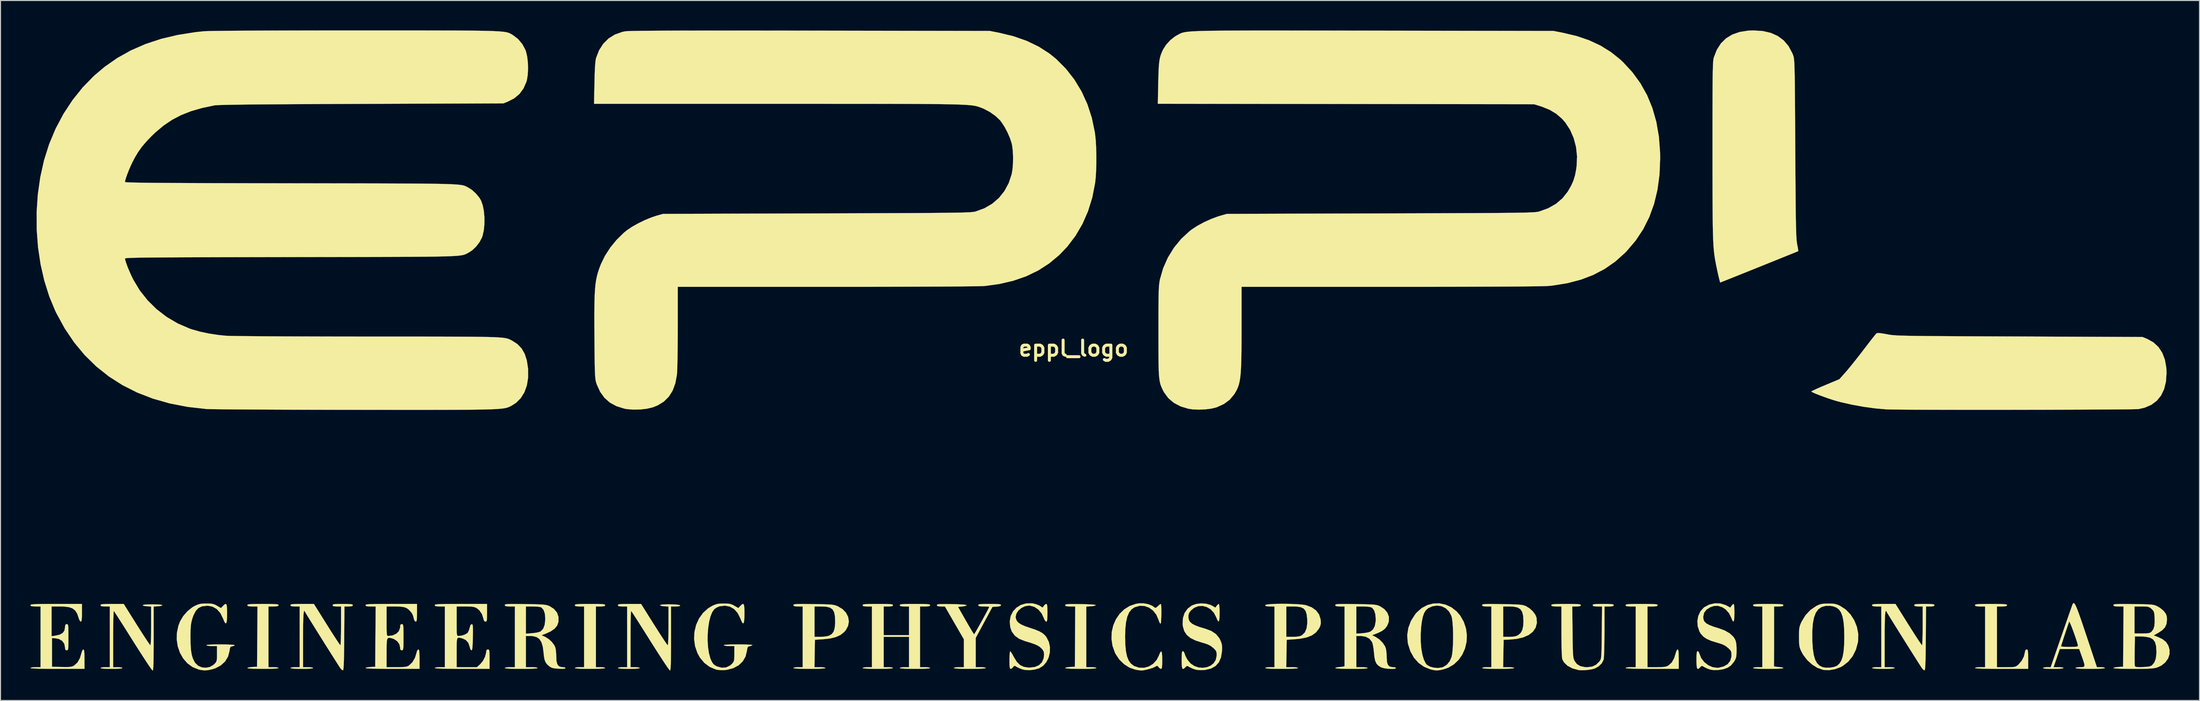
<source format=kicad_pcb>
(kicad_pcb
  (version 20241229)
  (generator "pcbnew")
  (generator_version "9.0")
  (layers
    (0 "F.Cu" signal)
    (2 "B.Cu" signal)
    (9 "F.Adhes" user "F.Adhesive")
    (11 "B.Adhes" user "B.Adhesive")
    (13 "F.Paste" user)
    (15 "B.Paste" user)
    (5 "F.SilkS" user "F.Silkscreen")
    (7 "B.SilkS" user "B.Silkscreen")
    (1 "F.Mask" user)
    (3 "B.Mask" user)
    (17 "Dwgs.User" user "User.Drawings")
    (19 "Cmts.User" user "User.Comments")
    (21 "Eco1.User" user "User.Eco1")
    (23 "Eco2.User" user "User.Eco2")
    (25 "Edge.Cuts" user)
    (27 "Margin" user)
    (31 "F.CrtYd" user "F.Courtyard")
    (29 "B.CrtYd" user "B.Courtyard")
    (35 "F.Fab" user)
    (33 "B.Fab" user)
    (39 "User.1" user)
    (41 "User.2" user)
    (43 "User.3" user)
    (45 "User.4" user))
  (footprint "eppl_logo"
    (layer "F.Cu")
    (at 104.653 31.923)
    (property "Reference" "eppl_logo" (at 0 0 0) (layer "F.SilkS") (effects (font (size 1.524 1.524) (thickness 0.3))))
    (attr through_hole)
    (fp_poly (pts (xy -47.963 25.656) (xy -47.56 25.662) (xy -47.283 25.675) (xy -47.11 25.697) (xy -47.02 25.729) (xy -46.991 25.773) (xy -46.99 25.781) (xy -47.032 25.858) (xy -47.179 25.897) (xy -47.456 25.908) (xy -47.921 25.908) (xy -47.921 32.004) (xy -47.456 32.004) (xy -47.201 32.018) (xy -47.032 32.054) (xy -46.99 32.089) (xy -47.073 32.121) (xy -47.313 32.146) (xy -47.7 32.163) (xy -48.223 32.172) (xy -48.514 32.173) (xy -49.096 32.169) (xy -49.549 32.155) (xy -49.86 32.134) (xy -50.019 32.105) (xy -50.038 32.089) (xy -49.961 32.042) (xy -49.764 32.012) (xy -49.572 32.004) (xy -49.107 32.004) (xy -49.107 25.908) (xy -49.572 25.908) (xy -49.853 25.897) (xy -49.998 25.857) (xy -50.038 25.781) (xy -50.017 25.735) (xy -49.938 25.702) (xy -49.78 25.678) (xy -49.522 25.664) (xy -49.141 25.656) (xy -48.616 25.654) (xy -48.514 25.654) (xy -47.963 25.656)) (stroke (width 0.01) (type solid)) (fill yes) (layer "F.SilkS"))
    (fp_poly (pts (xy 0.5 25.67) (xy 0.699 25.673) (xy 1.284 25.687) (xy 1.738 25.706) (xy 2.048 25.732) (xy 2.206 25.763) (xy 2.223 25.781) (xy 2.135 25.832) (xy 1.928 25.873) (xy 1.737 25.891) (xy 1.27 25.916) (xy 1.27 32.004) (xy 1.778 32.004) (xy 2.049 32.017) (xy 2.232 32.05) (xy 2.286 32.089) (xy 2.203 32.121) (xy 1.962 32.146) (xy 1.574 32.163) (xy 1.049 32.172) (xy 0.72 32.173) (xy 0.172 32.169) (xy -0.277 32.157) (xy -0.607 32.139) (xy -0.802 32.114) (xy -0.847 32.093) (xy -0.77 32.046) (xy -0.571 32.006) (xy -0.36 31.987) (xy 0.127 31.962) (xy 0.145 28.935) (xy 0.163 25.908) (xy -0.342 25.908) (xy -0.635 25.898) (xy -0.792 25.864) (xy -0.845 25.797) (xy -0.847 25.779) (xy -0.827 25.733) (xy -0.755 25.7) (xy -0.608 25.679) (xy -0.365 25.668) (xy -0.003 25.666) (xy 0.5 25.67)) (stroke (width 0.01) (type solid)) (fill yes) (layer "F.SilkS"))
    (fp_poly (pts (xy -80.763 25.656) (xy -80.352 25.662) (xy -80.067 25.675) (xy -79.887 25.695) (xy -79.791 25.726) (xy -79.757 25.768) (xy -79.756 25.781) (xy -79.795 25.855) (xy -79.933 25.894) (xy -80.203 25.908) (xy -80.264 25.908) (xy -80.772 25.908) (xy -80.772 32.004) (xy -80.264 32.004) (xy -79.993 32.017) (xy -79.81 32.05) (xy -79.756 32.089) (xy -79.839 32.121) (xy -80.08 32.146) (xy -80.468 32.163) (xy -80.993 32.172) (xy -81.322 32.173) (xy -81.87 32.169) (xy -82.319 32.157) (xy -82.649 32.139) (xy -82.844 32.114) (xy -82.889 32.093) (xy -82.812 32.046) (xy -82.613 32.006) (xy -82.402 31.987) (xy -81.915 31.962) (xy -81.871 25.908) (xy -82.38 25.908) (xy -82.675 25.898) (xy -82.834 25.864) (xy -82.888 25.797) (xy -82.889 25.781) (xy -82.867 25.736) (xy -82.79 25.702) (xy -82.633 25.679) (xy -82.378 25.665) (xy -82.001 25.657) (xy -81.482 25.654) (xy -81.322 25.654) (xy -80.763 25.656)) (stroke (width 0.01) (type solid)) (fill yes) (layer "F.SilkS"))
    (fp_poly (pts (xy 70.231 25.656) (xy 70.634 25.662) (xy 70.912 25.675) (xy 71.084 25.697) (xy 71.175 25.729) (xy 71.204 25.773) (xy 71.205 25.781) (xy 71.163 25.858) (xy 71.016 25.897) (xy 70.739 25.908) (xy 70.273 25.908) (xy 70.273 28.871) (xy 70.273 29.564) (xy 70.271 30.203) (xy 70.268 30.768) (xy 70.265 31.24) (xy 70.261 31.599) (xy 70.256 31.825) (xy 70.252 31.898) (xy 70.317 31.936) (xy 70.506 31.969) (xy 70.718 31.987) (xy 70.979 32.013) (xy 71.156 32.055) (xy 71.205 32.093) (xy 71.123 32.121) (xy 70.892 32.145) (xy 70.53 32.162) (xy 70.056 32.171) (xy 69.681 32.173) (xy 69.098 32.169) (xy 68.646 32.155) (xy 68.334 32.134) (xy 68.175 32.105) (xy 68.157 32.089) (xy 68.233 32.042) (xy 68.431 32.012) (xy 68.622 32.004) (xy 69.088 32.004) (xy 69.088 25.908) (xy 68.622 25.908) (xy 68.342 25.897) (xy 68.197 25.857) (xy 68.157 25.781) (xy 68.178 25.735) (xy 68.257 25.702) (xy 68.415 25.678) (xy 68.673 25.664) (xy 69.054 25.656) (xy 69.579 25.654) (xy 69.681 25.654) (xy 70.231 25.656)) (stroke (width 0.01) (type solid)) (fill yes) (layer "F.SilkS"))
    (fp_poly (pts (xy 57.548 25.656) (xy 57.968 25.662) (xy 58.26 25.674) (xy 58.447 25.694) (xy 58.549 25.723) (xy 58.587 25.764) (xy 58.589 25.781) (xy 58.55 25.855) (xy 58.412 25.894) (xy 58.143 25.908) (xy 58.081 25.908) (xy 57.573 25.908) (xy 57.573 32.004) (xy 58.483 32.004) (xy 58.916 31.998) (xy 59.219 31.979) (xy 59.433 31.94) (xy 59.598 31.875) (xy 59.67 31.835) (xy 60.005 31.536) (xy 60.25 31.098) (xy 60.379 30.672) (xy 60.46 30.402) (xy 60.548 30.248) (xy 60.592 30.226) (xy 60.644 30.264) (xy 60.678 30.392) (xy 60.697 30.634) (xy 60.705 31.013) (xy 60.706 31.2) (xy 60.706 32.173) (xy 58.039 32.173) (xy 57.217 32.171) (xy 56.54 32.163) (xy 56.011 32.15) (xy 55.638 32.132) (xy 55.424 32.11) (xy 55.372 32.089) (xy 55.449 32.044) (xy 55.651 32.013) (xy 55.88 32.004) (xy 56.388 32.004) (xy 56.388 25.908) (xy 55.88 25.908) (xy 55.585 25.898) (xy 55.427 25.864) (xy 55.373 25.796) (xy 55.372 25.781) (xy 55.393 25.736) (xy 55.47 25.703) (xy 55.625 25.68) (xy 55.877 25.665) (xy 56.25 25.657) (xy 56.763 25.654) (xy 56.981 25.654) (xy 57.548 25.656)) (stroke (width 0.01) (type solid)) (fill yes) (layer "F.SilkS"))
    (fp_poly (pts (xy 92.6 25.656) (xy 93.02 25.662) (xy 93.312 25.674) (xy 93.499 25.694) (xy 93.601 25.723) (xy 93.639 25.764) (xy 93.641 25.781) (xy 93.602 25.855) (xy 93.464 25.894) (xy 93.195 25.908) (xy 93.133 25.908) (xy 92.625 25.908) (xy 92.625 32.004) (xy 93.554 32.004) (xy 93.961 32.002) (xy 94.239 31.992) (xy 94.427 31.964) (xy 94.564 31.91) (xy 94.689 31.82) (xy 94.796 31.729) (xy 95.108 31.366) (xy 95.333 30.929) (xy 95.435 30.494) (xy 95.482 30.293) (xy 95.593 30.226) (xy 95.607 30.226) (xy 95.672 30.241) (xy 95.715 30.305) (xy 95.741 30.445) (xy 95.754 30.691) (xy 95.758 31.071) (xy 95.758 31.2) (xy 95.758 32.173) (xy 93.091 32.173) (xy 92.269 32.171) (xy 91.592 32.163) (xy 91.063 32.15) (xy 90.69 32.132) (xy 90.476 32.11) (xy 90.424 32.089) (xy 90.501 32.044) (xy 90.703 32.013) (xy 90.932 32.004) (xy 91.44 32.004) (xy 91.44 25.908) (xy 90.932 25.908) (xy 90.637 25.898) (xy 90.479 25.864) (xy 90.425 25.796) (xy 90.424 25.781) (xy 90.445 25.736) (xy 90.522 25.703) (xy 90.677 25.68) (xy 90.929 25.665) (xy 91.302 25.657) (xy 91.815 25.654) (xy 92.033 25.654) (xy 92.6 25.656)) (stroke (width 0.01) (type solid)) (fill yes) (layer "F.SilkS"))
    (fp_poly (pts (xy 21.27 25.643) (xy 21.786 25.653) (xy 22.278 25.673) (xy 22.718 25.701) (xy 23.079 25.739) (xy 23.326 25.785) (xy 23.888 25.999) (xy 24.323 26.31) (xy 24.622 26.711) (xy 24.776 27.193) (xy 24.79 27.315) (xy 24.797 27.632) (xy 24.737 27.884) (xy 24.607 28.141) (xy 24.313 28.515) (xy 23.917 28.803) (xy 23.402 29.011) (xy 22.756 29.144) (xy 22.225 29.197) (xy 21.378 29.252) (xy 21.355 30.628) (xy 21.332 32.004) (xy 21.927 32.004) (xy 22.231 32.015) (xy 22.442 32.045) (xy 22.521 32.088) (xy 22.521 32.089) (xy 22.438 32.12) (xy 22.196 32.145) (xy 21.806 32.162) (xy 21.276 32.172) (xy 20.87 32.173) (xy 20.258 32.169) (xy 19.777 32.157) (xy 19.439 32.137) (xy 19.253 32.109) (xy 19.219 32.089) (xy 19.296 32.042) (xy 19.493 32.012) (xy 19.685 32.004) (xy 20.151 32.004) (xy 20.151 25.908) (xy 21.336 25.908) (xy 21.336 28.956) (xy 21.992 28.956) (xy 22.394 28.942) (xy 22.676 28.896) (xy 22.89 28.808) (xy 22.914 28.794) (xy 23.193 28.525) (xy 23.369 28.122) (xy 23.442 27.584) (xy 23.436 27.2) (xy 23.382 26.708) (xy 23.271 26.355) (xy 23.079 26.119) (xy 22.783 25.98) (xy 22.361 25.918) (xy 22.009 25.908) (xy 21.336 25.908) (xy 20.151 25.908) (xy 19.685 25.908) (xy 19.404 25.897) (xy 19.26 25.857) (xy 19.219 25.781) (xy 19.299 25.734) (xy 19.521 25.697) (xy 19.856 25.669) (xy 20.278 25.651) (xy 20.758 25.642) (xy 21.27 25.643)) (stroke (width 0.01) (type solid)) (fill yes) (layer "F.SilkS"))
    (fp_poly (pts (xy 37.318 25.727) (xy 37.894 25.994) (xy 38.415 26.397) (xy 38.781 26.822) (xy 39.141 27.451) (xy 39.363 28.119) (xy 39.452 28.803) (xy 39.416 29.482) (xy 39.26 30.135) (xy 38.992 30.741) (xy 38.618 31.277) (xy 38.145 31.723) (xy 37.579 32.057) (xy 37.13 32.213) (xy 36.732 32.302) (xy 36.416 32.33) (xy 36.109 32.298) (xy 35.808 32.227) (xy 35.162 31.968) (xy 34.602 31.571) (xy 34.139 31.048) (xy 33.785 30.413) (xy 33.55 29.678) (xy 33.52 29.528) (xy 33.468 28.792) (xy 33.475 28.745) (xy 34.818 28.745) (xy 34.825 29.473) (xy 34.883 30.15) (xy 34.987 30.749) (xy 35.133 31.246) (xy 35.318 31.617) (xy 35.454 31.776) (xy 35.755 31.95) (xy 36.151 32.056) (xy 36.579 32.084) (xy 36.975 32.026) (xy 37.057 31.999) (xy 37.436 31.768) (xy 37.734 31.4) (xy 37.913 30.99) (xy 37.978 30.678) (xy 38.026 30.239) (xy 38.056 29.713) (xy 38.07 29.137) (xy 38.068 28.549) (xy 38.048 27.986) (xy 38.011 27.486) (xy 37.958 27.086) (xy 37.904 26.864) (xy 37.668 26.417) (xy 37.33 26.088) (xy 36.916 25.885) (xy 36.454 25.819) (xy 35.971 25.898) (xy 35.575 26.08) (xy 35.347 26.273) (xy 35.168 26.553) (xy 35.031 26.941) (xy 34.928 27.46) (xy 34.864 27.988) (xy 34.818 28.745) (xy 33.475 28.745) (xy 33.578 28.062) (xy 33.843 27.361) (xy 34.256 26.71) (xy 34.425 26.51) (xy 34.928 26.066) (xy 35.492 25.767) (xy 36.094 25.612) (xy 36.71 25.6) (xy 37.318 25.727)) (stroke (width 0.01) (type solid)) (fill yes) (layer "F.SilkS"))
    (fp_poly (pts (xy -26.974 25.659) (xy -26.404 25.665) (xy -26.099 25.669) (xy -25.458 25.679) (xy -24.962 25.69) (xy -24.586 25.704) (xy -24.304 25.724) (xy -24.093 25.752) (xy -23.926 25.79) (xy -23.779 25.84) (xy -23.643 25.898) (xy -23.171 26.185) (xy -22.828 26.548) (xy -22.618 26.964) (xy -22.548 27.408) (xy -22.625 27.857) (xy -22.853 28.286) (xy -23.009 28.47) (xy -23.384 28.768) (xy -23.858 28.985) (xy -24.452 29.128) (xy -25.104 29.198) (xy -25.95 29.252) (xy -25.974 30.628) (xy -25.997 32.004) (xy -25.444 32.004) (xy -25.156 32.016) (xy -24.958 32.048) (xy -24.892 32.089) (xy -24.975 32.12) (xy -25.216 32.145) (xy -25.606 32.163) (xy -26.133 32.172) (xy -26.501 32.173) (xy -27.103 32.169) (xy -27.575 32.156) (xy -27.904 32.136) (xy -28.081 32.108) (xy -28.109 32.089) (xy -28.033 32.042) (xy -27.835 32.012) (xy -27.644 32.004) (xy -27.178 32.004) (xy -27.178 25.908) (xy -25.993 25.908) (xy -25.993 28.956) (xy -25.397 28.956) (xy -25.048 28.939) (xy -24.724 28.893) (xy -24.514 28.836) (xy -24.251 28.673) (xy -24.072 28.428) (xy -23.966 28.074) (xy -23.922 27.59) (xy -23.92 27.432) (xy -23.943 26.883) (xy -24.026 26.479) (xy -24.188 26.199) (xy -24.445 26.023) (xy -24.817 25.933) (xy -25.307 25.908) (xy -25.993 25.908) (xy -27.178 25.908) (xy -27.644 25.908) (xy -27.921 25.898) (xy -28.065 25.86) (xy -28.109 25.784) (xy -28.109 25.774) (xy -28.094 25.732) (xy -28.035 25.7) (xy -27.913 25.678) (xy -27.709 25.665) (xy -27.402 25.659) (xy -26.974 25.659)) (stroke (width 0.01) (type solid)) (fill yes) (layer "F.SilkS"))
    (fp_poly (pts (xy 42.094 25.66) (xy 42.657 25.667) (xy 42.989 25.672) (xy 43.637 25.684) (xy 44.14 25.697) (xy 44.521 25.714) (xy 44.806 25.736) (xy 45.019 25.765) (xy 45.183 25.804) (xy 45.323 25.854) (xy 45.382 25.88) (xy 45.743 26.101) (xy 46.068 26.399) (xy 46.316 26.731) (xy 46.445 27.05) (xy 46.445 27.051) (xy 46.472 27.58) (xy 46.346 28.045) (xy 46.074 28.442) (xy 45.663 28.765) (xy 45.121 29.008) (xy 44.452 29.166) (xy 43.73 29.232) (xy 43.138 29.252) (xy 43.114 30.628) (xy 43.091 32.004) (xy 43.644 32.004) (xy 43.932 32.016) (xy 44.13 32.048) (xy 44.196 32.089) (xy 44.113 32.12) (xy 43.872 32.145) (xy 43.482 32.163) (xy 42.955 32.172) (xy 42.587 32.173) (xy 41.985 32.169) (xy 41.513 32.156) (xy 41.184 32.136) (xy 41.007 32.108) (xy 40.979 32.089) (xy 41.055 32.042) (xy 41.253 32.012) (xy 41.444 32.004) (xy 41.91 32.004) (xy 41.91 25.908) (xy 43.095 25.908) (xy 43.095 28.956) (xy 43.709 28.956) (xy 44.101 28.94) (xy 44.38 28.887) (xy 44.603 28.785) (xy 44.603 28.784) (xy 44.854 28.566) (xy 45.019 28.257) (xy 45.107 27.834) (xy 45.127 27.39) (xy 45.098 26.848) (xy 44.998 26.449) (xy 44.811 26.174) (xy 44.518 26.004) (xy 44.104 25.923) (xy 43.735 25.908) (xy 43.095 25.908) (xy 41.91 25.908) (xy 41.444 25.908) (xy 41.167 25.898) (xy 41.024 25.86) (xy 40.979 25.785) (xy 40.979 25.773) (xy 40.993 25.731) (xy 41.05 25.699) (xy 41.17 25.677) (xy 41.37 25.664) (xy 41.672 25.658) (xy 42.094 25.66)) (stroke (width 0.01) (type solid)) (fill yes) (layer "F.SilkS"))
    (fp_poly (pts (xy -7.953 25.657) (xy -7.628 25.667) (xy -7.423 25.688) (xy -7.316 25.721) (xy -7.282 25.77) (xy -7.281 25.777) (xy -7.341 25.86) (xy -7.535 25.909) (xy -7.711 25.925) (xy -8.14 25.95) (xy -8.981 27.51) (xy -9.821 29.07) (xy -9.821 32.004) (xy -9.313 32.004) (xy -9.043 32.017) (xy -8.859 32.05) (xy -8.805 32.089) (xy -8.888 32.12) (xy -9.13 32.145) (xy -9.519 32.163) (xy -10.047 32.172) (xy -10.414 32.173) (xy -11.017 32.169) (xy -11.488 32.156) (xy -11.817 32.136) (xy -11.994 32.108) (xy -12.023 32.089) (xy -11.946 32.044) (xy -11.744 32.013) (xy -11.515 32.004) (xy -11.007 32.004) (xy -11.007 29.21) (xy -12.912 25.911) (xy -13.314 25.91) (xy -13.572 25.894) (xy -13.694 25.842) (xy -13.716 25.779) (xy -13.697 25.732) (xy -13.623 25.699) (xy -13.474 25.678) (xy -13.227 25.668) (xy -12.858 25.666) (xy -12.347 25.671) (xy -12.234 25.673) (xy -11.687 25.686) (xy -11.248 25.707) (xy -10.932 25.733) (xy -10.759 25.763) (xy -10.731 25.781) (xy -10.795 25.835) (xy -10.982 25.885) (xy -11.153 25.908) (xy -11.595 25.95) (xy -10.814 27.323) (xy -10.566 27.755) (xy -10.345 28.132) (xy -10.165 28.43) (xy -10.04 28.627) (xy -9.983 28.699) (xy -9.983 28.699) (xy -9.932 28.63) (xy -9.817 28.44) (xy -9.654 28.157) (xy -9.457 27.81) (xy -9.244 27.427) (xy -9.03 27.037) (xy -8.829 26.667) (xy -8.659 26.347) (xy -8.535 26.105) (xy -8.471 25.969) (xy -8.467 25.952) (xy -8.544 25.929) (xy -8.746 25.914) (xy -9.017 25.908) (xy -9.326 25.9) (xy -9.497 25.869) (xy -9.563 25.81) (xy -9.567 25.781) (xy -9.543 25.729) (xy -9.454 25.693) (xy -9.276 25.67) (xy -8.984 25.658) (xy -8.554 25.654) (xy -8.424 25.654) (xy -7.953 25.657)) (stroke (width 0.01) (type solid)) (fill yes) (layer "F.SilkS"))
    (fp_poly (pts (xy 76.082 25.622) (xy 76.367 25.654) (xy 76.613 25.723) (xy 76.884 25.844) (xy 76.888 25.846) (xy 77.455 26.215) (xy 77.935 26.708) (xy 78.313 27.297) (xy 78.577 27.953) (xy 78.712 28.647) (xy 78.703 29.351) (xy 78.681 29.501) (xy 78.48 30.244) (xy 78.154 30.897) (xy 77.713 31.446) (xy 77.17 31.872) (xy 76.936 32) (xy 76.368 32.209) (xy 75.781 32.306) (xy 75.235 32.28) (xy 75.181 32.269) (xy 74.622 32.072) (xy 74.081 31.735) (xy 73.59 31.287) (xy 73.185 30.756) (xy 72.999 30.417) (xy 72.898 30.185) (xy 72.832 29.977) (xy 72.794 29.743) (xy 72.776 29.44) (xy 72.771 29.019) (xy 72.771 28.956) (xy 72.774 28.525) (xy 72.779 28.409) (xy 74.101 28.409) (xy 74.105 29.327) (xy 74.107 29.379) (xy 74.156 30.145) (xy 74.246 30.76) (xy 74.384 31.239) (xy 74.574 31.595) (xy 74.824 31.845) (xy 75.138 32.002) (xy 75.152 32.006) (xy 75.479 32.06) (xy 75.867 32.053) (xy 76.246 31.991) (xy 76.548 31.883) (xy 76.609 31.845) (xy 76.841 31.628) (xy 77.021 31.332) (xy 77.154 30.942) (xy 77.244 30.438) (xy 77.296 29.804) (xy 77.314 29.022) (xy 77.314 28.956) (xy 77.297 28.128) (xy 77.24 27.453) (xy 77.138 26.917) (xy 76.984 26.506) (xy 76.774 26.206) (xy 76.499 26.004) (xy 76.155 25.887) (xy 75.924 25.852) (xy 75.439 25.853) (xy 75.035 25.963) (xy 74.708 26.19) (xy 74.455 26.541) (xy 74.272 27.023) (xy 74.155 27.643) (xy 74.101 28.409) (xy 72.779 28.409) (xy 72.788 28.215) (xy 72.823 27.978) (xy 72.885 27.767) (xy 72.985 27.533) (xy 73.04 27.415) (xy 73.422 26.789) (xy 73.92 26.261) (xy 74.505 25.862) (xy 74.52 25.854) (xy 74.781 25.732) (xy 75.023 25.661) (xy 75.308 25.626) (xy 75.692 25.616) (xy 76.082 25.622)) (stroke (width 0.01) (type solid)) (fill yes) (layer "F.SilkS"))
    (fp_poly (pts (xy 7.058 25.598) (xy 7.506 25.686) (xy 7.885 25.842) (xy 8.059 25.964) (xy 8.171 26.047) (xy 8.269 26.036) (xy 8.413 25.917) (xy 8.452 25.88) (xy 8.617 25.735) (xy 8.732 25.658) (xy 8.746 25.654) (xy 8.774 25.732) (xy 8.793 25.938) (xy 8.803 26.234) (xy 8.804 26.577) (xy 8.798 26.928) (xy 8.784 27.248) (xy 8.763 27.494) (xy 8.736 27.628) (xy 8.727 27.64) (xy 8.663 27.594) (xy 8.58 27.424) (xy 8.518 27.243) (xy 8.294 26.726) (xy 7.97 26.316) (xy 7.567 26.024) (xy 7.111 25.863) (xy 6.626 25.845) (xy 6.134 25.983) (xy 6.13 25.985) (xy 5.814 26.194) (xy 5.566 26.51) (xy 5.38 26.945) (xy 5.254 27.51) (xy 5.184 28.216) (xy 5.166 28.923) (xy 5.185 29.734) (xy 5.247 30.395) (xy 5.357 30.922) (xy 5.52 31.332) (xy 5.742 31.639) (xy 6.026 31.861) (xy 6.095 31.898) (xy 6.584 32.059) (xy 7.08 32.066) (xy 7.555 31.932) (xy 7.98 31.668) (xy 8.326 31.288) (xy 8.537 30.879) (xy 8.661 30.58) (xy 8.755 30.435) (xy 8.822 30.446) (xy 8.864 30.617) (xy 8.886 30.951) (xy 8.89 31.277) (xy 8.886 31.688) (xy 8.871 31.956) (xy 8.842 32.107) (xy 8.794 32.168) (xy 8.768 32.173) (xy 8.63 32.11) (xy 8.522 31.997) (xy 8.418 31.879) (xy 8.313 31.883) (xy 8.2 31.95) (xy 7.976 32.056) (xy 7.651 32.165) (xy 7.293 32.26) (xy 6.967 32.321) (xy 6.777 32.333) (xy 6.553 32.311) (xy 6.271 32.266) (xy 6.21 32.254) (xy 5.618 32.055) (xy 5.07 31.709) (xy 4.591 31.242) (xy 4.212 30.675) (xy 4.144 30.539) (xy 3.899 29.846) (xy 3.798 29.145) (xy 3.828 28.455) (xy 3.982 27.795) (xy 4.25 27.186) (xy 4.62 26.647) (xy 5.085 26.197) (xy 5.634 25.856) (xy 6.257 25.644) (xy 6.6 25.592) (xy 7.058 25.598)) (stroke (width 0.01) (type solid)) (fill yes) (layer "F.SilkS"))
    (fp_poly (pts (xy -15.367 25.656) (xy -14.964 25.662) (xy -14.686 25.675) (xy -14.514 25.697) (xy -14.423 25.729) (xy -14.394 25.773) (xy -14.393 25.781) (xy -14.432 25.855) (xy -14.571 25.894) (xy -14.84 25.908) (xy -14.901 25.908) (xy -15.409 25.908) (xy -15.409 32.004) (xy -14.901 32.004) (xy -14.631 32.017) (xy -14.447 32.05) (xy -14.393 32.089) (xy -14.476 32.121) (xy -14.717 32.146) (xy -15.104 32.163) (xy -15.626 32.172) (xy -15.917 32.173) (xy -16.5 32.169) (xy -16.952 32.155) (xy -17.264 32.134) (xy -17.423 32.105) (xy -17.441 32.089) (xy -17.365 32.042) (xy -17.167 32.012) (xy -16.976 32.004) (xy -16.51 32.004) (xy -16.51 28.956) (xy -19.05 28.956) (xy -19.05 32.004) (xy -18.584 32.004) (xy -18.329 32.018) (xy -18.16 32.054) (xy -18.119 32.089) (xy -18.201 32.121) (xy -18.442 32.146) (xy -18.829 32.163) (xy -19.351 32.172) (xy -19.643 32.173) (xy -20.225 32.169) (xy -20.678 32.155) (xy -20.989 32.134) (xy -21.148 32.105) (xy -21.167 32.089) (xy -21.09 32.042) (xy -20.893 32.012) (xy -20.701 32.004) (xy -20.235 32.004) (xy -20.235 25.908) (xy -20.701 25.908) (xy -20.982 25.897) (xy -21.126 25.857) (xy -21.167 25.781) (xy -21.145 25.735) (xy -21.066 25.702) (xy -20.909 25.678) (xy -20.65 25.664) (xy -20.269 25.656) (xy -19.745 25.654) (xy -19.643 25.654) (xy -19.092 25.656) (xy -18.689 25.662) (xy -18.412 25.675) (xy -18.239 25.697) (xy -18.149 25.729) (xy -18.119 25.773) (xy -18.119 25.781) (xy -18.16 25.858) (xy -18.307 25.897) (xy -18.584 25.908) (xy -19.05 25.908) (xy -19.05 28.787) (xy -16.51 28.787) (xy -16.51 25.908) (xy -16.976 25.908) (xy -17.256 25.897) (xy -17.401 25.857) (xy -17.441 25.781) (xy -17.42 25.735) (xy -17.341 25.702) (xy -17.183 25.678) (xy -16.925 25.664) (xy -16.544 25.656) (xy -16.019 25.654) (xy -15.917 25.654) (xy -15.367 25.656)) (stroke (width 0.01) (type solid)) (fill yes) (layer "F.SilkS"))
    (fp_poly (pts (xy -95.292 25.655) (xy -93.991 27.729) (xy -93.656 28.258) (xy -93.348 28.738) (xy -93.079 29.15) (xy -92.86 29.476) (xy -92.704 29.698) (xy -92.622 29.799) (xy -92.615 29.803) (xy -92.594 29.722) (xy -92.575 29.496) (xy -92.559 29.147) (xy -92.548 28.7) (xy -92.542 28.179) (xy -92.541 27.86) (xy -92.541 25.917) (xy -92.965 25.891) (xy -93.207 25.861) (xy -93.36 25.813) (xy -93.388 25.781) (xy -93.307 25.743) (xy -93.077 25.716) (xy -92.719 25.7) (xy -92.414 25.696) (xy -91.99 25.703) (xy -91.666 25.723) (xy -91.469 25.754) (xy -91.419 25.781) (xy -91.483 25.832) (xy -91.67 25.874) (xy -91.842 25.891) (xy -92.287 25.917) (xy -92.287 29.13) (xy -92.288 29.988) (xy -92.292 30.689) (xy -92.298 31.247) (xy -92.308 31.675) (xy -92.322 31.986) (xy -92.341 32.192) (xy -92.364 32.306) (xy -92.392 32.343) (xy -92.392 32.343) (xy -92.459 32.273) (xy -92.604 32.075) (xy -92.819 31.762) (xy -93.093 31.351) (xy -93.416 30.855) (xy -93.779 30.291) (xy -94.172 29.673) (xy -94.361 29.371) (xy -94.763 28.732) (xy -95.138 28.138) (xy -95.476 27.604) (xy -95.769 27.147) (xy -96.005 26.78) (xy -96.176 26.519) (xy -96.271 26.38) (xy -96.287 26.361) (xy -96.302 26.433) (xy -96.316 26.655) (xy -96.328 27.007) (xy -96.338 27.472) (xy -96.345 28.029) (xy -96.35 28.659) (xy -96.351 29.163) (xy -96.351 32.004) (xy -95.885 32.004) (xy -95.63 32.018) (xy -95.461 32.054) (xy -95.419 32.089) (xy -95.501 32.125) (xy -95.734 32.152) (xy -96.102 32.169) (xy -96.52 32.173) (xy -96.991 32.167) (xy -97.342 32.149) (xy -97.558 32.121) (xy -97.621 32.089) (xy -97.544 32.042) (xy -97.347 32.012) (xy -97.155 32.004) (xy -96.689 32.004) (xy -96.689 25.908) (xy -97.155 25.908) (xy -97.436 25.897) (xy -97.58 25.857) (xy -97.621 25.781) (xy -97.597 25.729) (xy -97.509 25.694) (xy -97.332 25.671) (xy -97.043 25.659) (xy -96.616 25.655) (xy -96.457 25.654) (xy -95.292 25.655)) (stroke (width 0.01) (type solid)) (fill yes) (layer "F.SilkS"))
    (fp_poly (pts (xy -99.483 26.543) (xy -99.488 26.956) (xy -99.504 27.225) (xy -99.535 27.374) (xy -99.584 27.43) (xy -99.6 27.432) (xy -99.693 27.356) (xy -99.784 27.161) (xy -99.81 27.072) (xy -99.954 26.642) (xy -100.147 26.327) (xy -100.415 26.112) (xy -100.782 25.98) (xy -101.272 25.918) (xy -101.676 25.908) (xy -102.531 25.908) (xy -102.531 28.894) (xy -102.161 28.844) (xy -101.713 28.742) (xy -101.411 28.573) (xy -101.237 28.321) (xy -101.177 27.972) (xy -101.177 27.936) (xy -101.149 27.752) (xy -101.047 27.688) (xy -101.007 27.686) (xy -100.943 27.694) (xy -100.898 27.735) (xy -100.868 27.833) (xy -100.85 28.014) (xy -100.841 28.301) (xy -100.838 28.72) (xy -100.838 28.998) (xy -100.839 29.496) (xy -100.844 29.849) (xy -100.857 30.082) (xy -100.88 30.219) (xy -100.917 30.287) (xy -100.971 30.309) (xy -101.007 30.311) (xy -101.13 30.272) (xy -101.175 30.125) (xy -101.177 30.052) (xy -101.249 29.664) (xy -101.458 29.366) (xy -101.791 29.173) (xy -102.209 29.096) (xy -102.489 29.083) (xy -102.489 31.962) (xy -101.515 31.984) (xy -101.079 31.99) (xy -100.773 31.983) (xy -100.56 31.957) (xy -100.401 31.908) (xy -100.266 31.837) (xy -99.93 31.535) (xy -99.684 31.096) (xy -99.556 30.672) (xy -99.476 30.402) (xy -99.387 30.248) (xy -99.343 30.226) (xy -99.292 30.264) (xy -99.258 30.392) (xy -99.238 30.634) (xy -99.23 31.013) (xy -99.229 31.2) (xy -99.229 32.173) (xy -101.939 32.173) (xy -102.768 32.171) (xy -103.453 32.163) (xy -103.989 32.15) (xy -104.369 32.133) (xy -104.59 32.111) (xy -104.648 32.089) (xy -104.571 32.044) (xy -104.369 32.013) (xy -104.14 32.004) (xy -103.632 32.004) (xy -103.632 25.908) (xy -104.14 25.908) (xy -104.435 25.898) (xy -104.593 25.864) (xy -104.647 25.796) (xy -104.648 25.781) (xy -104.63 25.745) (xy -104.564 25.716) (xy -104.434 25.694) (xy -104.222 25.678) (xy -103.912 25.666) (xy -103.487 25.659) (xy -102.929 25.655) (xy -102.223 25.654) (xy -102.066 25.654) (xy -99.483 25.654) (xy -99.483 26.543)) (stroke (width 0.01) (type solid)) (fill yes) (layer "F.SilkS"))
    (fp_poly (pts (xy -43.392 25.655) (xy -42.09 27.729) (xy -41.755 28.258) (xy -41.447 28.738) (xy -41.178 29.15) (xy -40.959 29.476) (xy -40.803 29.698) (xy -40.722 29.799) (xy -40.714 29.803) (xy -40.693 29.722) (xy -40.674 29.496) (xy -40.659 29.147) (xy -40.647 28.7) (xy -40.641 28.179) (xy -40.64 27.86) (xy -40.64 25.917) (xy -41.064 25.891) (xy -41.306 25.861) (xy -41.459 25.813) (xy -41.488 25.781) (xy -41.409 25.74) (xy -41.202 25.712) (xy -40.906 25.696) (xy -40.561 25.692) (xy -40.207 25.699) (xy -39.884 25.718) (xy -39.632 25.747) (xy -39.492 25.786) (xy -39.476 25.802) (xy -39.509 25.867) (xy -39.674 25.9) (xy -39.913 25.908) (xy -40.386 25.908) (xy -40.386 29.125) (xy -40.387 29.984) (xy -40.391 30.686) (xy -40.398 31.245) (xy -40.408 31.673) (xy -40.422 31.984) (xy -40.44 32.191) (xy -40.463 32.306) (xy -40.491 32.342) (xy -40.492 32.342) (xy -40.558 32.273) (xy -40.704 32.074) (xy -40.918 31.761) (xy -41.192 31.35) (xy -41.515 30.854) (xy -41.878 30.29) (xy -42.27 29.672) (xy -42.459 29.372) (xy -42.86 28.732) (xy -43.235 28.138) (xy -43.574 27.605) (xy -43.866 27.147) (xy -44.103 26.78) (xy -44.274 26.52) (xy -44.369 26.381) (xy -44.385 26.361) (xy -44.4 26.433) (xy -44.415 26.655) (xy -44.427 27.008) (xy -44.437 27.472) (xy -44.445 28.029) (xy -44.449 28.659) (xy -44.45 29.163) (xy -44.45 32.004) (xy -43.984 32.004) (xy -43.729 32.018) (xy -43.56 32.054) (xy -43.519 32.089) (xy -43.6 32.125) (xy -43.834 32.152) (xy -44.201 32.169) (xy -44.619 32.173) (xy -45.09 32.167) (xy -45.442 32.149) (xy -45.657 32.121) (xy -45.72 32.089) (xy -45.643 32.042) (xy -45.446 32.012) (xy -45.254 32.004) (xy -44.789 32.004) (xy -44.789 25.908) (xy -45.254 25.908) (xy -45.535 25.897) (xy -45.68 25.857) (xy -45.72 25.781) (xy -45.696 25.729) (xy -45.608 25.694) (xy -45.432 25.671) (xy -45.142 25.659) (xy -44.715 25.655) (xy -44.556 25.654) (xy -43.392 25.655)) (stroke (width 0.01) (type solid)) (fill yes) (layer "F.SilkS"))
    (fp_poly (pts (xy -74.916 27.728) (xy -74.583 28.258) (xy -74.277 28.738) (xy -74.01 29.15) (xy -73.793 29.476) (xy -73.64 29.698) (xy -73.561 29.799) (xy -73.555 29.803) (xy -73.537 29.722) (xy -73.52 29.496) (xy -73.507 29.147) (xy -73.497 28.7) (xy -73.492 28.178) (xy -73.491 27.855) (xy -73.491 25.908) (xy -73.914 25.908) (xy -74.18 25.894) (xy -74.31 25.847) (xy -74.337 25.781) (xy -74.312 25.726) (xy -74.218 25.689) (xy -74.03 25.667) (xy -73.723 25.657) (xy -73.321 25.654) (xy -72.883 25.657) (xy -72.589 25.669) (xy -72.411 25.692) (xy -72.326 25.731) (xy -72.305 25.781) (xy -72.351 25.861) (xy -72.508 25.9) (xy -72.728 25.908) (xy -73.15 25.908) (xy -73.172 29.097) (xy -73.18 29.991) (xy -73.19 30.726) (xy -73.203 31.309) (xy -73.219 31.75) (xy -73.239 32.06) (xy -73.262 32.246) (xy -73.289 32.318) (xy -73.291 32.319) (xy -73.4 32.278) (xy -73.538 32.137) (xy -73.554 32.114) (xy -73.652 31.966) (xy -73.823 31.702) (xy -74.052 31.342) (xy -74.33 30.904) (xy -74.643 30.407) (xy -74.98 29.872) (xy -75.329 29.316) (xy -75.677 28.76) (xy -76.013 28.222) (xy -76.325 27.721) (xy -76.601 27.277) (xy -76.828 26.909) (xy -76.995 26.636) (xy -77.089 26.477) (xy -77.106 26.446) (xy -77.156 26.353) (xy -77.198 26.367) (xy -77.232 26.499) (xy -77.258 26.755) (xy -77.278 27.146) (xy -77.291 27.68) (xy -77.298 28.366) (xy -77.301 29.212) (xy -77.301 32.004) (xy -76.793 32.004) (xy -76.522 32.017) (xy -76.339 32.05) (xy -76.285 32.089) (xy -76.366 32.124) (xy -76.601 32.151) (xy -76.971 32.168) (xy -77.428 32.173) (xy -77.91 32.167) (xy -78.273 32.15) (xy -78.498 32.122) (xy -78.571 32.089) (xy -78.494 32.042) (xy -78.297 32.012) (xy -78.105 32.004) (xy -77.639 32.004) (xy -77.639 25.908) (xy -78.105 25.908) (xy -78.386 25.897) (xy -78.53 25.857) (xy -78.571 25.781) (xy -78.547 25.73) (xy -78.459 25.694) (xy -78.284 25.671) (xy -77.995 25.659) (xy -77.571 25.654) (xy -77.392 25.654) (xy -76.214 25.654) (xy -74.916 27.728)) (stroke (width 0.01) (type solid)) (fill yes) (layer "F.SilkS"))
    (fp_poly (pts (xy -34.724 25.62) (xy -34.461 25.654) (xy -34.244 25.726) (xy -34.027 25.841) (xy -33.636 26.071) (xy -33.44 25.862) (xy -33.278 25.707) (xy -33.163 25.65) (xy -33.088 25.708) (xy -33.044 25.894) (xy -33.024 26.222) (xy -33.02 26.628) (xy -33.03 27.116) (xy -33.062 27.438) (xy -33.116 27.595) (xy -33.196 27.59) (xy -33.301 27.424) (xy -33.435 27.098) (xy -33.438 27.091) (xy -33.701 26.565) (xy -34.052 26.174) (xy -34.477 25.927) (xy -34.963 25.83) (xy -35.496 25.89) (xy -35.553 25.906) (xy -35.816 26.02) (xy -36.038 26.174) (xy -36.25 26.467) (xy -36.425 26.896) (xy -36.561 27.429) (xy -36.656 28.036) (xy -36.708 28.685) (xy -36.715 29.348) (xy -36.675 29.992) (xy -36.586 30.587) (xy -36.447 31.103) (xy -36.367 31.302) (xy -36.22 31.584) (xy -36.063 31.763) (xy -35.842 31.896) (xy -35.765 31.931) (xy -35.298 32.061) (xy -34.86 32.029) (xy -34.469 31.84) (xy -34.316 31.709) (xy -34.184 31.569) (xy -34.102 31.445) (xy -34.057 31.291) (xy -34.039 31.063) (xy -34.036 30.716) (xy -34.036 30.658) (xy -34.036 29.887) (xy -34.539 29.887) (xy -34.816 29.874) (xy -35.02 29.84) (xy -35.094 29.803) (xy -35.034 29.769) (xy -34.809 29.743) (xy -34.424 29.727) (xy -33.883 29.719) (xy -33.643 29.718) (xy -33.106 29.722) (xy -32.682 29.734) (xy -32.386 29.752) (xy -32.234 29.777) (xy -32.22 29.795) (xy -32.361 29.866) (xy -32.512 29.901) (xy -32.641 29.939) (xy -32.714 30.038) (xy -32.757 30.245) (xy -32.77 30.353) (xy -32.911 30.93) (xy -33.191 31.419) (xy -33.6 31.81) (xy -34.128 32.096) (xy -34.765 32.268) (xy -35.052 32.302) (xy -35.404 32.304) (xy -35.763 32.264) (xy -35.903 32.232) (xy -36.508 31.975) (xy -37.041 31.575) (xy -37.482 31.049) (xy -37.737 30.591) (xy -37.977 29.888) (xy -38.073 29.165) (xy -38.034 28.446) (xy -37.866 27.756) (xy -37.578 27.119) (xy -37.176 26.558) (xy -36.669 26.098) (xy -36.248 25.846) (xy -35.958 25.719) (xy -35.692 25.647) (xy -35.377 25.616) (xy -35.094 25.612) (xy -34.724 25.62)) (stroke (width 0.01) (type solid)) (fill yes) (layer "F.SilkS"))
    (fp_poly (pts (xy 83.747 27.728) (xy 84.081 28.258) (xy 84.388 28.738) (xy 84.655 29.15) (xy 84.872 29.476) (xy 85.025 29.698) (xy 85.104 29.799) (xy 85.111 29.803) (xy 85.129 29.722) (xy 85.145 29.496) (xy 85.158 29.147) (xy 85.168 28.7) (xy 85.174 28.178) (xy 85.175 27.855) (xy 85.175 25.908) (xy 84.751 25.908) (xy 84.485 25.894) (xy 84.355 25.847) (xy 84.328 25.781) (xy 84.353 25.726) (xy 84.447 25.689) (xy 84.635 25.667) (xy 84.943 25.657) (xy 85.344 25.654) (xy 85.782 25.657) (xy 86.077 25.669) (xy 86.254 25.692) (xy 86.34 25.731) (xy 86.36 25.781) (xy 86.315 25.861) (xy 86.157 25.9) (xy 85.938 25.908) (xy 85.515 25.908) (xy 85.493 29.097) (xy 85.485 29.991) (xy 85.475 30.726) (xy 85.462 31.309) (xy 85.446 31.75) (xy 85.427 32.06) (xy 85.403 32.246) (xy 85.376 32.318) (xy 85.374 32.319) (xy 85.265 32.278) (xy 85.128 32.137) (xy 85.111 32.114) (xy 85.013 31.966) (xy 84.843 31.702) (xy 84.613 31.342) (xy 84.335 30.904) (xy 84.022 30.407) (xy 83.685 29.872) (xy 83.336 29.316) (xy 82.988 28.76) (xy 82.652 28.222) (xy 82.34 27.721) (xy 82.065 27.277) (xy 81.838 26.909) (xy 81.671 26.636) (xy 81.576 26.477) (xy 81.56 26.446) (xy 81.509 26.353) (xy 81.467 26.367) (xy 81.433 26.499) (xy 81.407 26.755) (xy 81.388 27.146) (xy 81.374 27.68) (xy 81.367 28.366) (xy 81.365 29.212) (xy 81.365 32.004) (xy 81.873 32.004) (xy 82.143 32.017) (xy 82.327 32.05) (xy 82.381 32.089) (xy 82.299 32.124) (xy 82.065 32.151) (xy 81.694 32.168) (xy 81.238 32.173) (xy 80.755 32.167) (xy 80.392 32.15) (xy 80.167 32.122) (xy 80.095 32.089) (xy 80.171 32.042) (xy 80.369 32.012) (xy 80.56 32.004) (xy 81.026 32.004) (xy 81.026 25.908) (xy 80.56 25.908) (xy 80.28 25.897) (xy 80.135 25.857) (xy 80.095 25.781) (xy 80.118 25.73) (xy 80.206 25.694) (xy 80.382 25.671) (xy 80.67 25.659) (xy 81.095 25.654) (xy 81.271 25.654) (xy 82.448 25.654) (xy 83.747 27.728)) (stroke (width 0.01) (type solid)) (fill yes) (layer "F.SilkS"))
    (fp_poly (pts (xy 100.379 25.594) (xy 100.459 25.699) (xy 100.56 25.896) (xy 100.686 26.196) (xy 100.842 26.61) (xy 101.033 27.15) (xy 101.264 27.826) (xy 101.54 28.651) (xy 101.593 28.808) (xy 102.657 32.004) (xy 103.06 32.004) (xy 103.294 32.02) (xy 103.44 32.061) (xy 103.463 32.089) (xy 103.38 32.121) (xy 103.14 32.147) (xy 102.754 32.164) (xy 102.235 32.172) (xy 101.981 32.173) (xy 101.409 32.169) (xy 100.966 32.155) (xy 100.664 32.133) (xy 100.514 32.103) (xy 100.499 32.089) (xy 100.576 32.042) (xy 100.773 32.012) (xy 100.965 32.004) (xy 101.19 32) (xy 101.335 31.972) (xy 101.405 31.893) (xy 101.404 31.74) (xy 101.336 31.486) (xy 101.207 31.106) (xy 101.15 30.946) (xy 100.88 30.184) (xy 98.933 30.184) (xy 98.62 31.094) (xy 98.306 32.004) (xy 98.81 32.004) (xy 99.079 32.017) (xy 99.261 32.051) (xy 99.314 32.089) (xy 99.232 32.125) (xy 99 32.153) (xy 98.635 32.169) (xy 98.251 32.173) (xy 97.77 32.167) (xy 97.439 32.148) (xy 97.264 32.118) (xy 97.24 32.089) (xy 97.35 32.037) (xy 97.563 32.007) (xy 97.656 32.004) (xy 98.02 32.004) (xy 98.363 31.009) (xy 98.577 30.389) (xy 98.744 29.905) (xy 99.06 29.905) (xy 99.139 29.933) (xy 99.351 29.955) (xy 99.661 29.969) (xy 99.907 29.972) (xy 100.319 29.966) (xy 100.583 29.946) (xy 100.721 29.909) (xy 100.753 29.864) (xy 100.728 29.722) (xy 100.658 29.474) (xy 100.555 29.153) (xy 100.431 28.79) (xy 100.297 28.415) (xy 100.164 28.06) (xy 100.044 27.758) (xy 99.948 27.538) (xy 99.888 27.432) (xy 99.874 27.432) (xy 99.816 27.589) (xy 99.723 27.856) (xy 99.607 28.199) (xy 99.48 28.583) (xy 99.351 28.973) (xy 99.234 29.335) (xy 99.139 29.634) (xy 99.077 29.836) (xy 99.06 29.905) (xy 98.744 29.905) (xy 98.803 29.735) (xy 99.034 29.068) (xy 99.263 28.408) (xy 99.482 27.776) (xy 99.686 27.192) (xy 99.865 26.678) (xy 100.014 26.252) (xy 100.126 25.936) (xy 100.192 25.75) (xy 100.206 25.713) (xy 100.257 25.612) (xy 100.313 25.568) (xy 100.379 25.594)) (stroke (width 0.01) (type solid)) (fill yes) (layer "F.SilkS"))
    (fp_poly (pts (xy -86.625 25.62) (xy -86.361 25.654) (xy -86.144 25.726) (xy -85.927 25.841) (xy -85.537 26.071) (xy -85.341 25.862) (xy -85.179 25.707) (xy -85.064 25.65) (xy -84.989 25.708) (xy -84.945 25.894) (xy -84.925 26.222) (xy -84.921 26.628) (xy -84.931 27.116) (xy -84.962 27.438) (xy -85.017 27.595) (xy -85.096 27.59) (xy -85.202 27.424) (xy -85.336 27.098) (xy -85.338 27.091) (xy -85.603 26.561) (xy -85.955 26.17) (xy -86.382 25.926) (xy -86.875 25.833) (xy -87.423 25.897) (xy -87.476 25.911) (xy -87.803 26.072) (xy -88.073 26.364) (xy -88.297 26.802) (xy -88.408 27.12) (xy -88.483 27.39) (xy -88.535 27.653) (xy -88.568 27.95) (xy -88.586 28.319) (xy -88.593 28.802) (xy -88.593 29.041) (xy -88.581 29.741) (xy -88.541 30.302) (xy -88.469 30.753) (xy -88.359 31.123) (xy -88.206 31.441) (xy -88.119 31.578) (xy -87.835 31.857) (xy -87.467 32.02) (xy -87.06 32.063) (xy -86.655 31.984) (xy -86.295 31.779) (xy -86.217 31.709) (xy -86.085 31.569) (xy -86.002 31.445) (xy -85.958 31.291) (xy -85.94 31.063) (xy -85.937 30.716) (xy -85.937 30.658) (xy -85.937 29.887) (xy -86.44 29.887) (xy -86.717 29.874) (xy -86.921 29.84) (xy -86.995 29.803) (xy -86.935 29.768) (xy -86.711 29.743) (xy -86.327 29.726) (xy -85.788 29.718) (xy -85.603 29.718) (xy -85.097 29.722) (xy -84.678 29.735) (xy -84.369 29.754) (xy -84.192 29.779) (xy -84.159 29.797) (xy -84.232 29.863) (xy -84.391 29.903) (xy -84.529 29.934) (xy -84.608 30.017) (xy -84.654 30.196) (xy -84.679 30.38) (xy -84.828 30.942) (xy -85.121 31.427) (xy -85.546 31.821) (xy -86.088 32.11) (xy -86.409 32.214) (xy -86.859 32.309) (xy -87.237 32.328) (xy -87.624 32.272) (xy -87.804 32.227) (xy -88.395 31.985) (xy -88.905 31.611) (xy -89.327 31.128) (xy -89.65 30.558) (xy -89.868 29.923) (xy -89.972 29.243) (xy -89.954 28.542) (xy -89.805 27.841) (xy -89.634 27.398) (xy -89.323 26.876) (xy -88.903 26.394) (xy -88.422 26.003) (xy -88.149 25.846) (xy -87.859 25.719) (xy -87.592 25.647) (xy -87.278 25.616) (xy -86.995 25.612) (xy -86.625 25.62)) (stroke (width 0.01) (type solid)) (fill yes) (layer "F.SilkS"))
    (fp_poly (pts (xy 53.577 25.657) (xy 53.881 25.668) (xy 54.067 25.69) (xy 54.161 25.726) (xy 54.187 25.78) (xy 54.187 25.781) (xy 54.145 25.858) (xy 53.998 25.897) (xy 53.721 25.908) (xy 53.255 25.908) (xy 53.255 28.427) (xy 53.252 29.087) (xy 53.244 29.701) (xy 53.232 30.246) (xy 53.216 30.698) (xy 53.197 31.032) (xy 53.175 31.226) (xy 53.171 31.247) (xy 52.987 31.61) (xy 52.665 31.923) (xy 52.291 32.132) (xy 52.002 32.215) (xy 51.613 32.276) (xy 51.196 32.311) (xy 50.82 32.311) (xy 50.631 32.289) (xy 50.026 32.116) (xy 49.543 31.857) (xy 49.195 31.521) (xy 49.027 31.215) (xy 48.999 31.053) (xy 48.976 30.734) (xy 48.958 30.27) (xy 48.946 29.672) (xy 48.939 28.953) (xy 48.937 28.442) (xy 48.937 25.908) (xy 48.429 25.908) (xy 48.134 25.898) (xy 47.976 25.864) (xy 47.922 25.796) (xy 47.921 25.781) (xy 47.943 25.735) (xy 48.023 25.701) (xy 48.182 25.678) (xy 48.444 25.663) (xy 48.829 25.656) (xy 49.36 25.654) (xy 49.403 25.654) (xy 49.945 25.656) (xy 50.34 25.663) (xy 50.609 25.676) (xy 50.775 25.699) (xy 50.86 25.732) (xy 50.885 25.777) (xy 50.885 25.781) (xy 50.84 25.86) (xy 50.685 25.899) (xy 50.455 25.908) (xy 50.025 25.908) (xy 50.053 28.469) (xy 50.061 29.202) (xy 50.07 29.787) (xy 50.082 30.242) (xy 50.096 30.589) (xy 50.115 30.847) (xy 50.141 31.038) (xy 50.173 31.18) (xy 50.215 31.295) (xy 50.25 31.369) (xy 50.483 31.689) (xy 50.814 31.894) (xy 51.26 31.992) (xy 51.528 32.004) (xy 52.015 31.947) (xy 52.407 31.764) (xy 52.742 31.436) (xy 52.782 31.384) (xy 52.832 31.31) (xy 52.872 31.224) (xy 52.903 31.106) (xy 52.926 30.939) (xy 52.944 30.701) (xy 52.957 30.375) (xy 52.967 29.94) (xy 52.976 29.378) (xy 52.983 28.669) (xy 52.985 28.527) (xy 53.01 25.908) (xy 52.54 25.908) (xy 52.258 25.897) (xy 52.112 25.857) (xy 52.07 25.781) (xy 52.07 25.781) (xy 52.095 25.727) (xy 52.187 25.691) (xy 52.371 25.668) (xy 52.673 25.657) (xy 53.119 25.654) (xy 53.128 25.654) (xy 53.577 25.657)) (stroke (width 0.01) (type solid)) (fill yes) (layer "F.SilkS"))
    (fp_poly (pts (xy 80.874 -1.532) (xy 81.225 -1.483) (xy 81.578 -1.42) (xy 81.709 -1.395) (xy 81.839 -1.373) (xy 81.977 -1.353) (xy 82.133 -1.335) (xy 82.315 -1.319) (xy 82.532 -1.305) (xy 82.792 -1.292) (xy 83.104 -1.281) (xy 83.476 -1.27) (xy 83.919 -1.261) (xy 84.439 -1.253) (xy 85.047 -1.245) (xy 85.75 -1.238) (xy 86.557 -1.232) (xy 87.478 -1.226) (xy 88.52 -1.22) (xy 89.693 -1.214) (xy 91.005 -1.208) (xy 92.465 -1.202) (xy 94.082 -1.196) (xy 94.869 -1.193) (xy 107.23 -1.143) (xy 107.72 -0.94) (xy 108.331 -0.599) (xy 108.83 -0.135) (xy 109.213 0.446) (xy 109.477 1.139) (xy 109.618 1.937) (xy 109.642 2.461) (xy 109.582 3.331) (xy 109.398 4.089) (xy 109.091 4.731) (xy 108.664 5.257) (xy 108.116 5.665) (xy 107.451 5.952) (xy 106.849 6.092) (xy 106.715 6.1) (xy 106.422 6.107) (xy 105.983 6.115) (xy 105.411 6.122) (xy 104.715 6.128) (xy 103.908 6.134) (xy 103.002 6.14) (xy 102.008 6.145) (xy 100.938 6.15) (xy 99.803 6.154) (xy 98.616 6.157) (xy 97.387 6.161) (xy 96.129 6.163) (xy 94.853 6.165) (xy 93.571 6.167) (xy 92.294 6.167) (xy 91.034 6.168) (xy 89.803 6.167) (xy 88.612 6.166) (xy 87.473 6.165) (xy 86.398 6.162) (xy 85.398 6.16) (xy 84.485 6.156) (xy 83.671 6.152) (xy 82.967 6.147) (xy 82.385 6.141) (xy 81.936 6.134) (xy 81.633 6.127) (xy 81.534 6.123) (xy 80.443 6.028) (xy 79.271 5.868) (xy 78.089 5.654) (xy 76.966 5.4) (xy 76.496 5.274) (xy 76.139 5.166) (xy 75.734 5.032) (xy 75.311 4.883) (xy 74.902 4.731) (xy 74.536 4.588) (xy 74.243 4.464) (xy 74.055 4.372) (xy 74 4.328) (xy 74.075 4.28) (xy 74.282 4.179) (xy 74.595 4.036) (xy 74.991 3.863) (xy 75.414 3.683) (xy 76.826 3.09) (xy 77.477 2.353) (xy 77.73 2.056) (xy 78.057 1.657) (xy 78.431 1.19) (xy 78.825 0.69) (xy 79.211 0.189) (xy 79.279 0.1) (xy 79.617 -0.343) (xy 79.926 -0.743) (xy 80.189 -1.08) (xy 80.39 -1.332) (xy 80.513 -1.48) (xy 80.539 -1.507) (xy 80.651 -1.54) (xy 80.874 -1.532)) (stroke (width 0.01) (type solid)) (fill yes) (layer "F.SilkS"))
    (fp_poly (pts (xy 13.282 25.632) (xy 13.723 25.75) (xy 13.866 25.819) (xy 14.227 26.026) (xy 14.357 25.84) (xy 14.481 25.701) (xy 14.567 25.654) (xy 14.601 25.733) (xy 14.627 25.95) (xy 14.644 26.271) (xy 14.647 26.55) (xy 14.638 27.002) (xy 14.607 27.289) (xy 14.555 27.411) (xy 14.479 27.372) (xy 14.378 27.173) (xy 14.315 27.008) (xy 14.079 26.55) (xy 13.753 26.2) (xy 13.365 25.966) (xy 12.943 25.855) (xy 12.514 25.876) (xy 12.105 26.035) (xy 11.79 26.29) (xy 11.607 26.52) (xy 11.528 26.746) (xy 11.515 26.958) (xy 11.549 27.221) (xy 11.662 27.442) (xy 11.874 27.635) (xy 12.201 27.81) (xy 12.663 27.982) (xy 13.208 28.144) (xy 13.815 28.371) (xy 14.281 28.684) (xy 14.614 29.088) (xy 14.705 29.263) (xy 14.819 29.536) (xy 14.879 29.773) (xy 14.897 30.044) (xy 14.884 30.401) (xy 14.787 31.017) (xy 14.575 31.51) (xy 14.245 31.881) (xy 13.794 32.136) (xy 13.219 32.275) (xy 13.081 32.29) (xy 12.738 32.3) (xy 12.406 32.28) (xy 12.242 32.252) (xy 11.943 32.151) (xy 11.661 32.016) (xy 11.64 32.003) (xy 11.459 31.899) (xy 11.355 31.884) (xy 11.26 31.959) (xy 11.218 32.005) (xy 11.067 32.148) (xy 10.961 32.181) (xy 10.892 32.092) (xy 10.854 31.866) (xy 10.839 31.49) (xy 10.837 31.284) (xy 10.842 30.874) (xy 10.857 30.607) (xy 10.887 30.457) (xy 10.936 30.399) (xy 10.958 30.395) (xy 11.059 30.468) (xy 11.132 30.64) (xy 11.208 30.853) (xy 11.345 31.126) (xy 11.436 31.281) (xy 11.744 31.641) (xy 12.117 31.89) (xy 12.531 32.032) (xy 12.957 32.07) (xy 13.37 32.009) (xy 13.743 31.854) (xy 14.048 31.61) (xy 14.259 31.279) (xy 14.349 30.868) (xy 14.351 30.803) (xy 14.34 30.547) (xy 14.285 30.371) (xy 14.154 30.208) (xy 13.988 30.054) (xy 13.743 29.865) (xy 13.464 29.721) (xy 13.097 29.595) (xy 12.902 29.541) (xy 12.237 29.328) (xy 11.725 29.074) (xy 11.353 28.767) (xy 11.105 28.391) (xy 10.968 27.936) (xy 10.938 27.678) (xy 10.966 27.085) (xy 11.134 26.565) (xy 11.435 26.136) (xy 11.86 25.814) (xy 11.879 25.803) (xy 12.295 25.658) (xy 12.784 25.601) (xy 13.282 25.632)) (stroke (width 0.01) (type solid)) (fill yes) (layer "F.SilkS"))
    (fp_poly (pts (xy 64.885 25.61) (xy 65.415 25.773) (xy 65.532 25.834) (xy 65.874 26.026) (xy 66.004 25.84) (xy 66.128 25.701) (xy 66.214 25.654) (xy 66.248 25.733) (xy 66.274 25.95) (xy 66.29 26.271) (xy 66.294 26.55) (xy 66.284 27.005) (xy 66.252 27.293) (xy 66.199 27.416) (xy 66.124 27.374) (xy 66.025 27.168) (xy 65.983 27.054) (xy 65.75 26.585) (xy 65.42 26.209) (xy 65.076 25.985) (xy 64.647 25.849) (xy 64.244 25.859) (xy 63.874 25.984) (xy 63.485 26.229) (xy 63.248 26.544) (xy 63.162 26.933) (xy 63.161 26.97) (xy 63.19 27.222) (xy 63.288 27.431) (xy 63.476 27.611) (xy 63.774 27.775) (xy 64.2 27.939) (xy 64.741 28.106) (xy 65.33 28.326) (xy 65.818 28.611) (xy 66.18 28.943) (xy 66.33 29.168) (xy 66.422 29.385) (xy 66.476 29.634) (xy 66.501 29.965) (xy 66.506 30.275) (xy 66.501 30.655) (xy 66.479 30.918) (xy 66.429 31.119) (xy 66.338 31.31) (xy 66.252 31.454) (xy 65.945 31.832) (xy 65.617 32.055) (xy 65.197 32.203) (xy 64.701 32.287) (xy 64.209 32.298) (xy 63.889 32.252) (xy 63.59 32.151) (xy 63.308 32.016) (xy 63.287 32.003) (xy 63.106 31.899) (xy 63.002 31.884) (xy 62.907 31.959) (xy 62.864 32.005) (xy 62.714 32.148) (xy 62.608 32.181) (xy 62.539 32.092) (xy 62.501 31.866) (xy 62.485 31.49) (xy 62.484 31.284) (xy 62.488 30.874) (xy 62.504 30.607) (xy 62.534 30.457) (xy 62.582 30.399) (xy 62.604 30.395) (xy 62.706 30.469) (xy 62.779 30.643) (xy 62.957 31.095) (xy 63.259 31.49) (xy 63.651 31.801) (xy 64.099 32.003) (xy 64.567 32.07) (xy 64.697 32.061) (xy 65.211 31.937) (xy 65.604 31.709) (xy 65.866 31.382) (xy 65.989 30.966) (xy 65.998 30.803) (xy 65.987 30.547) (xy 65.932 30.371) (xy 65.801 30.208) (xy 65.635 30.054) (xy 65.385 29.862) (xy 65.101 29.717) (xy 64.725 29.59) (xy 64.559 29.544) (xy 63.958 29.36) (xy 63.5 29.158) (xy 63.158 28.921) (xy 62.905 28.631) (xy 62.778 28.408) (xy 62.608 27.895) (xy 62.574 27.365) (xy 62.669 26.852) (xy 62.885 26.394) (xy 63.215 26.027) (xy 63.273 25.983) (xy 63.773 25.718) (xy 64.324 25.593) (xy 64.885 25.61)) (stroke (width 0.01) (type solid)) (fill yes) (layer "F.SilkS"))
    (fp_poly (pts (xy -4.133 25.598) (xy -3.809 25.669) (xy -3.498 25.787) (xy -3.409 25.836) (xy -3.104 26.024) (xy -2.981 25.839) (xy -2.847 25.699) (xy -2.741 25.654) (xy -2.687 25.69) (xy -2.652 25.814) (xy -2.632 26.051) (xy -2.625 26.426) (xy -2.625 26.543) (xy -2.629 26.953) (xy -2.644 27.22) (xy -2.675 27.37) (xy -2.723 27.428) (xy -2.745 27.432) (xy -2.846 27.359) (xy -2.947 27.178) (xy -2.97 27.114) (xy -3.204 26.615) (xy -3.53 26.222) (xy -3.927 25.954) (xy -4.373 25.83) (xy -4.501 25.823) (xy -4.885 25.888) (xy -5.239 26.06) (xy -5.533 26.312) (xy -5.735 26.612) (xy -5.815 26.932) (xy -5.801 27.085) (xy -5.712 27.327) (xy -5.544 27.531) (xy -5.276 27.713) (xy -4.885 27.887) (xy -4.372 28.063) (xy -3.825 28.247) (xy -3.415 28.42) (xy -3.11 28.598) (xy -2.878 28.801) (xy -2.718 29.004) (xy -2.483 29.475) (xy -2.374 29.991) (xy -2.384 30.52) (xy -2.505 31.028) (xy -2.729 31.485) (xy -3.048 31.857) (xy -3.454 32.114) (xy -3.476 32.123) (xy -3.936 32.252) (xy -4.44 32.305) (xy -4.914 32.277) (xy -5.146 32.223) (xy -5.427 32.115) (xy -5.676 31.993) (xy -5.725 31.963) (xy -5.884 31.872) (xy -5.978 31.887) (xy -6.067 31.997) (xy -6.205 32.132) (xy -6.312 32.173) (xy -6.368 32.143) (xy -6.405 32.033) (xy -6.426 31.818) (xy -6.434 31.472) (xy -6.435 31.277) (xy -6.427 30.879) (xy -6.407 30.589) (xy -6.377 30.431) (xy -6.354 30.409) (xy -6.278 30.494) (xy -6.155 30.691) (xy -6.009 30.958) (xy -5.994 30.988) (xy -5.704 31.462) (xy -5.38 31.784) (xy -4.996 31.972) (xy -4.526 32.044) (xy -4.417 32.046) (xy -3.885 31.985) (xy -3.468 31.804) (xy -3.172 31.51) (xy -3.003 31.108) (xy -2.963 30.734) (xy -2.992 30.466) (xy -3.102 30.256) (xy -3.239 30.105) (xy -3.406 29.959) (xy -3.608 29.832) (xy -3.875 29.71) (xy -4.237 29.581) (xy -4.725 29.431) (xy -4.896 29.381) (xy -5.474 29.149) (xy -5.91 28.828) (xy -6.208 28.412) (xy -6.355 27.993) (xy -6.409 27.412) (xy -6.313 26.88) (xy -6.085 26.415) (xy -5.74 26.036) (xy -5.296 25.76) (xy -4.77 25.607) (xy -4.178 25.593) (xy -4.133 25.598)) (stroke (width 0.01) (type solid)) (fill yes) (layer "F.SilkS"))
    (fp_poly (pts (xy -58.843 26.543) (xy -58.846 26.941) (xy -58.857 27.199) (xy -58.881 27.347) (xy -58.925 27.415) (xy -58.993 27.432) (xy -59.002 27.432) (xy -59.122 27.381) (xy -59.195 27.207) (xy -59.212 27.114) (xy -59.358 26.668) (xy -59.621 26.289) (xy -59.88 26.077) (xy -60.042 25.996) (xy -60.236 25.946) (xy -60.504 25.919) (xy -60.888 25.909) (xy -61.023 25.908) (xy -61.891 25.908) (xy -61.891 27.39) (xy -61.891 27.922) (xy -61.887 28.309) (xy -61.878 28.573) (xy -61.859 28.738) (xy -61.828 28.827) (xy -61.783 28.864) (xy -61.719 28.871) (xy -61.701 28.871) (xy -61.373 28.831) (xy -61.06 28.727) (xy -60.823 28.584) (xy -60.754 28.507) (xy -60.657 28.296) (xy -60.581 28.03) (xy -60.576 28.003) (xy -60.498 27.765) (xy -60.38 27.686) (xy -60.379 27.686) (xy -60.326 27.702) (xy -60.29 27.765) (xy -60.268 27.9) (xy -60.258 28.131) (xy -60.257 28.482) (xy -60.265 28.978) (xy -60.266 28.998) (xy -60.279 29.515) (xy -60.296 29.884) (xy -60.32 30.126) (xy -60.352 30.26) (xy -60.396 30.309) (xy -60.406 30.311) (xy -60.497 30.233) (xy -60.569 30.027) (xy -60.579 29.974) (xy -60.717 29.566) (xy -60.971 29.277) (xy -61.281 29.129) (xy -61.497 29.068) (xy -61.654 29.038) (xy -61.763 29.058) (xy -61.833 29.149) (xy -61.871 29.331) (xy -61.888 29.624) (xy -61.892 30.05) (xy -61.891 30.522) (xy -61.891 32.004) (xy -59.86 32.004) (xy -59.528 31.704) (xy -59.254 31.375) (xy -59.046 30.969) (xy -58.937 30.558) (xy -58.928 30.423) (xy -58.882 30.264) (xy -58.759 30.226) (xy -58.686 30.236) (xy -58.638 30.286) (xy -58.609 30.405) (xy -58.595 30.62) (xy -58.59 30.962) (xy -58.589 31.2) (xy -58.589 32.173) (xy -61.341 32.173) (xy -62.178 32.171) (xy -62.871 32.163) (xy -63.413 32.151) (xy -63.801 32.133) (xy -64.028 32.111) (xy -64.093 32.089) (xy -64.016 32.044) (xy -63.814 32.013) (xy -63.585 32.004) (xy -63.077 32.004) (xy -63.077 25.908) (xy -63.585 25.908) (xy -63.88 25.898) (xy -64.038 25.864) (xy -64.092 25.796) (xy -64.093 25.781) (xy -64.075 25.745) (xy -64.009 25.716) (xy -63.88 25.694) (xy -63.669 25.678) (xy -63.361 25.667) (xy -62.938 25.659) (xy -62.384 25.655) (xy -61.682 25.654) (xy -61.468 25.654) (xy -58.843 25.654) (xy -58.843 26.543)) (stroke (width 0.01) (type solid)) (fill yes) (layer "F.SilkS"))
    (fp_poly (pts (xy -55.954 25.658) (xy -55.395 25.663) (xy -55.012 25.669) (xy -54.359 25.679) (xy -53.851 25.691) (xy -53.465 25.706) (xy -53.177 25.727) (xy -52.962 25.754) (xy -52.797 25.791) (xy -52.659 25.839) (xy -52.575 25.875) (xy -52.134 26.156) (xy -51.831 26.52) (xy -51.676 26.951) (xy -51.677 27.435) (xy -51.684 27.476) (xy -51.814 27.833) (xy -52.071 28.143) (xy -52.468 28.416) (xy -53.017 28.665) (xy -53.126 28.706) (xy -53.378 28.797) (xy -53.035 28.951) (xy -52.678 29.167) (xy -52.351 29.464) (xy -52.1 29.794) (xy -51.986 30.048) (xy -51.942 30.296) (xy -51.911 30.633) (xy -51.901 30.93) (xy -51.877 31.389) (xy -51.797 31.706) (xy -51.649 31.899) (xy -51.42 31.989) (xy -51.245 32.003) (xy -51.057 32.029) (xy -50.97 32.091) (xy -50.969 32.098) (xy -51.048 32.148) (xy -51.287 32.168) (xy -51.641 32.161) (xy -52.036 32.13) (xy -52.308 32.076) (xy -52.503 31.986) (xy -52.546 31.956) (xy -52.797 31.744) (xy -52.967 31.522) (xy -53.075 31.247) (xy -53.142 30.875) (xy -53.173 30.544) (xy -53.251 29.943) (xy -53.389 29.491) (xy -53.598 29.173) (xy -53.89 28.975) (xy -54.276 28.882) (xy -54.504 28.872) (xy -54.949 28.871) (xy -54.949 32.004) (xy -54.356 32.004) (xy -54.052 32.015) (xy -53.842 32.045) (xy -53.763 32.089) (xy -53.763 32.089) (xy -53.846 32.12) (xy -54.088 32.145) (xy -54.479 32.162) (xy -55.008 32.172) (xy -55.414 32.173) (xy -56.027 32.169) (xy -56.508 32.157) (xy -56.846 32.137) (xy -57.031 32.109) (xy -57.065 32.089) (xy -56.988 32.044) (xy -56.787 32.013) (xy -56.557 32.004) (xy -56.049 32.004) (xy -56.049 25.908) (xy -54.949 25.908) (xy -54.949 28.642) (xy -54.308 28.593) (xy -53.925 28.546) (xy -53.616 28.475) (xy -53.454 28.405) (xy -53.211 28.144) (xy -53.059 27.743) (xy -53.002 27.204) (xy -53.001 27.134) (xy -53.045 26.628) (xy -53.173 26.253) (xy -53.382 26.018) (xy -53.42 25.995) (xy -53.579 25.954) (xy -53.854 25.923) (xy -54.191 25.909) (xy -54.266 25.908) (xy -54.949 25.908) (xy -56.049 25.908) (xy -56.557 25.908) (xy -56.849 25.899) (xy -57.005 25.867) (xy -57.063 25.802) (xy -57.065 25.773) (xy -57.051 25.731) (xy -56.993 25.699) (xy -56.875 25.677) (xy -56.675 25.664) (xy -56.374 25.657) (xy -55.954 25.658)) (stroke (width 0.01) (type solid)) (fill yes) (layer "F.SilkS"))
    (fp_poly (pts (xy 69.132 -31.857) (xy 69.945 -31.669) (xy 70.646 -31.354) (xy 71.239 -30.91) (xy 71.722 -30.339) (xy 72.098 -29.637) (xy 72.164 -29.473) (xy 72.193 -29.395) (xy 72.218 -29.314) (xy 72.241 -29.22) (xy 72.261 -29.103) (xy 72.278 -28.953) (xy 72.294 -28.76) (xy 72.307 -28.514) (xy 72.319 -28.205) (xy 72.329 -27.823) (xy 72.338 -27.357) (xy 72.347 -26.799) (xy 72.354 -26.137) (xy 72.362 -25.362) (xy 72.369 -24.464) (xy 72.376 -23.433) (xy 72.383 -22.258) (xy 72.391 -20.93) (xy 72.396 -20.066) (xy 72.405 -18.614) (xy 72.413 -17.321) (xy 72.421 -16.177) (xy 72.43 -15.173) (xy 72.438 -14.298) (xy 72.447 -13.543) (xy 72.457 -12.897) (xy 72.468 -12.35) (xy 72.479 -11.894) (xy 72.492 -11.516) (xy 72.506 -11.208) (xy 72.522 -10.96) (xy 72.54 -10.761) (xy 72.56 -10.602) (xy 72.582 -10.473) (xy 72.584 -10.459) (xy 72.645 -10.145) (xy 72.686 -9.904) (xy 72.701 -9.775) (xy 72.7 -9.764) (xy 72.621 -9.73) (xy 72.403 -9.641) (xy 72.065 -9.503) (xy 71.625 -9.325) (xy 71.101 -9.113) (xy 70.512 -8.875) (xy 69.877 -8.619) (xy 69.212 -8.351) (xy 68.538 -8.08) (xy 67.873 -7.812) (xy 67.234 -7.556) (xy 66.64 -7.318) (xy 66.11 -7.105) (xy 65.662 -6.926) (xy 65.314 -6.788) (xy 65.259 -6.766) (xy 64.86 -6.609) (xy 64.777 -6.924) (xy 64.678 -7.328) (xy 64.567 -7.828) (xy 64.458 -8.355) (xy 64.367 -8.838) (xy 64.35 -8.932) (xy 64.309 -9.187) (xy 64.273 -9.449) (xy 64.24 -9.728) (xy 64.212 -10.036) (xy 64.187 -10.383) (xy 64.166 -10.78) (xy 64.148 -11.238) (xy 64.133 -11.768) (xy 64.121 -12.38) (xy 64.111 -13.086) (xy 64.103 -13.896) (xy 64.098 -14.821) (xy 64.094 -15.871) (xy 64.091 -17.058) (xy 64.09 -18.393) (xy 64.09 -19.885) (xy 64.09 -19.939) (xy 64.09 -21.367) (xy 64.09 -22.635) (xy 64.092 -23.754) (xy 64.094 -24.734) (xy 64.097 -25.584) (xy 64.101 -26.314) (xy 64.106 -26.935) (xy 64.113 -27.457) (xy 64.122 -27.888) (xy 64.132 -28.24) (xy 64.143 -28.523) (xy 64.157 -28.745) (xy 64.173 -28.918) (xy 64.191 -29.05) (xy 64.212 -29.153) (xy 64.227 -29.21) (xy 64.527 -29.977) (xy 64.935 -30.614) (xy 65.452 -31.124) (xy 66.08 -31.507) (xy 66.821 -31.765) (xy 67.675 -31.898) (xy 68.207 -31.918) (xy 69.132 -31.857)) (stroke (width 0.01) (type solid)) (fill yes) (layer "F.SilkS"))
    (fp_poly (pts (xy -65.871 26.543) (xy -65.875 26.95) (xy -65.889 27.215) (xy -65.918 27.364) (xy -65.965 27.426) (xy -65.996 27.432) (xy -66.103 27.359) (xy -66.173 27.199) (xy -66.246 26.901) (xy -66.317 26.704) (xy -66.417 26.543) (xy -66.522 26.413) (xy -66.73 26.196) (xy -66.952 26.051) (xy -67.226 25.962) (xy -67.592 25.919) (xy -68.068 25.908) (xy -68.919 25.908) (xy -68.919 27.39) (xy -68.918 27.922) (xy -68.915 28.309) (xy -68.905 28.573) (xy -68.886 28.738) (xy -68.856 28.827) (xy -68.81 28.864) (xy -68.746 28.871) (xy -68.728 28.871) (xy -68.293 28.81) (xy -67.938 28.642) (xy -67.688 28.388) (xy -67.57 28.068) (xy -67.564 27.971) (xy -67.543 27.772) (xy -67.464 27.693) (xy -67.395 27.686) (xy -67.33 27.694) (xy -67.285 27.735) (xy -67.255 27.833) (xy -67.237 28.014) (xy -67.228 28.301) (xy -67.226 28.72) (xy -67.225 28.998) (xy -67.226 29.496) (xy -67.232 29.849) (xy -67.244 30.082) (xy -67.268 30.219) (xy -67.305 30.287) (xy -67.359 30.309) (xy -67.395 30.311) (xy -67.512 30.277) (xy -67.559 30.145) (xy -67.564 30.021) (xy -67.643 29.689) (xy -67.857 29.396) (xy -68.172 29.182) (xy -68.341 29.121) (xy -68.542 29.07) (xy -68.69 29.054) (xy -68.793 29.094) (xy -68.86 29.21) (xy -68.897 29.422) (xy -68.914 29.751) (xy -68.918 30.217) (xy -68.919 30.562) (xy -68.919 32.004) (xy -67.924 32.003) (xy -67.471 31.999) (xy -67.153 31.982) (xy -66.933 31.949) (xy -66.777 31.895) (xy -66.694 31.848) (xy -66.335 31.514) (xy -66.071 31.064) (xy -65.953 30.68) (xy -65.869 30.383) (xy -65.776 30.239) (xy -65.738 30.226) (xy -65.684 30.256) (xy -65.648 30.364) (xy -65.627 30.575) (xy -65.618 30.915) (xy -65.617 31.2) (xy -65.617 32.173) (xy -68.326 32.173) (xy -69.088 32.171) (xy -69.742 32.164) (xy -70.275 32.152) (xy -70.676 32.137) (xy -70.933 32.118) (xy -71.034 32.096) (xy -71.035 32.093) (xy -70.959 32.046) (xy -70.76 32.006) (xy -70.549 31.987) (xy -70.062 31.962) (xy -70.017 25.908) (xy -70.526 25.908) (xy -70.822 25.898) (xy -70.98 25.864) (xy -71.034 25.797) (xy -71.035 25.781) (xy -71.017 25.745) (xy -70.951 25.716) (xy -70.821 25.694) (xy -70.609 25.678) (xy -70.299 25.666) (xy -69.874 25.659) (xy -69.317 25.655) (xy -68.61 25.654) (xy -68.453 25.654) (xy -65.871 25.654) (xy -65.871 26.543)) (stroke (width 0.01) (type solid)) (fill yes) (layer "F.SilkS"))
    (fp_poly (pts (xy 105.446 25.659) (xy 106.015 25.664) (xy 106.32 25.668) (xy 106.957 25.678) (xy 107.449 25.688) (xy 107.821 25.701) (xy 108.096 25.72) (xy 108.3 25.746) (xy 108.457 25.783) (xy 108.592 25.832) (xy 108.728 25.897) (xy 108.75 25.908) (xy 109.048 26.097) (xy 109.326 26.333) (xy 109.426 26.443) (xy 109.582 26.669) (xy 109.659 26.885) (xy 109.682 27.173) (xy 109.683 27.249) (xy 109.637 27.668) (xy 109.484 28.007) (xy 109.203 28.299) (xy 108.821 28.55) (xy 108.355 28.813) (xy 108.738 28.958) (xy 109.236 29.194) (xy 109.589 29.476) (xy 109.818 29.831) (xy 109.939 30.237) (xy 109.943 30.691) (xy 109.798 31.128) (xy 109.522 31.518) (xy 109.135 31.834) (xy 108.707 32.032) (xy 108.531 32.079) (xy 108.318 32.115) (xy 108.044 32.141) (xy 107.685 32.159) (xy 107.217 32.169) (xy 106.615 32.173) (xy 106.289 32.173) (xy 105.657 32.17) (xy 105.128 32.16) (xy 104.718 32.145) (xy 104.442 32.125) (xy 104.316 32.1) (xy 104.309 32.093) (xy 104.386 32.046) (xy 104.585 32.006) (xy 104.796 31.987) (xy 105.283 31.962) (xy 105.291 30.832) (xy 106.44 30.832) (xy 106.44 31.26) (xy 106.446 31.602) (xy 106.456 31.829) (xy 106.467 31.903) (xy 106.529 31.961) (xy 106.68 31.992) (xy 106.947 32) (xy 107.264 31.991) (xy 107.657 31.968) (xy 107.92 31.931) (xy 108.095 31.87) (xy 108.207 31.792) (xy 108.426 31.52) (xy 108.561 31.154) (xy 108.622 30.668) (xy 108.627 30.432) (xy 108.595 29.89) (xy 108.486 29.489) (xy 108.283 29.211) (xy 107.968 29.036) (xy 107.523 28.948) (xy 107.163 28.928) (xy 106.468 28.914) (xy 106.445 30.35) (xy 106.44 30.832) (xy 105.291 30.832) (xy 105.327 25.908) (xy 106.426 25.908) (xy 106.426 28.617) (xy 107.192 28.617) (xy 107.564 28.613) (xy 107.81 28.595) (xy 107.971 28.554) (xy 108.089 28.481) (xy 108.16 28.415) (xy 108.322 28.186) (xy 108.418 27.873) (xy 108.454 27.449) (xy 108.443 26.998) (xy 108.418 26.673) (xy 108.375 26.463) (xy 108.295 26.314) (xy 108.159 26.173) (xy 108.136 26.152) (xy 107.989 26.032) (xy 107.848 25.96) (xy 107.665 25.923) (xy 107.391 25.909) (xy 107.144 25.908) (xy 106.426 25.908) (xy 105.327 25.908) (xy 104.818 25.908) (xy 104.526 25.899) (xy 104.369 25.867) (xy 104.312 25.801) (xy 104.309 25.774) (xy 104.325 25.732) (xy 104.384 25.7) (xy 104.506 25.678) (xy 104.71 25.665) (xy 105.017 25.658) (xy 105.446 25.659)) (stroke (width 0.01) (type solid)) (fill yes) (layer "F.SilkS"))
    (fp_poly (pts (xy 27.357 25.658) (xy 27.915 25.664) (xy 28.3 25.67) (xy 28.946 25.681) (xy 29.448 25.692) (xy 29.828 25.706) (xy 30.111 25.725) (xy 30.321 25.752) (xy 30.482 25.788) (xy 30.618 25.835) (xy 30.752 25.897) (xy 30.757 25.9) (xy 31.182 26.183) (xy 31.476 26.539) (xy 31.627 26.947) (xy 31.623 27.384) (xy 31.592 27.513) (xy 31.451 27.859) (xy 31.243 28.136) (xy 30.939 28.368) (xy 30.511 28.58) (xy 30.19 28.704) (xy 29.943 28.794) (xy 30.293 28.967) (xy 30.666 29.213) (xy 30.997 29.544) (xy 31.239 29.907) (xy 31.321 30.114) (xy 31.367 30.367) (xy 31.399 30.712) (xy 31.411 31.052) (xy 31.438 31.48) (xy 31.527 31.767) (xy 31.692 31.934) (xy 31.947 32) (xy 32.046 32.004) (xy 32.242 32.025) (xy 32.34 32.078) (xy 32.343 32.089) (xy 32.267 32.147) (xy 32.068 32.177) (xy 31.79 32.179) (xy 31.477 32.157) (xy 31.172 32.112) (xy 30.919 32.047) (xy 30.828 32.009) (xy 30.567 31.846) (xy 30.383 31.647) (xy 30.259 31.376) (xy 30.179 31.001) (xy 30.132 30.552) (xy 30.088 30.137) (xy 30.025 29.775) (xy 29.954 29.519) (xy 29.932 29.468) (xy 29.675 29.146) (xy 29.305 28.945) (xy 28.836 28.872) (xy 28.808 28.872) (xy 28.363 28.871) (xy 28.363 32.004) (xy 28.909 32.004) (xy 29.198 32.016) (xy 29.414 32.048) (xy 29.506 32.089) (xy 29.445 32.121) (xy 29.218 32.146) (xy 28.83 32.163) (xy 28.285 32.172) (xy 27.903 32.173) (xy 27.336 32.169) (xy 26.869 32.158) (xy 26.52 32.14) (xy 26.307 32.117) (xy 26.247 32.093) (xy 26.323 32.045) (xy 26.521 32.005) (xy 26.713 31.987) (xy 26.968 31.963) (xy 27.138 31.927) (xy 27.179 31.898) (xy 27.179 31.802) (xy 27.179 31.555) (xy 27.178 31.179) (xy 27.178 30.693) (xy 27.178 30.116) (xy 27.178 29.468) (xy 27.178 28.871) (xy 27.178 25.908) (xy 28.363 25.908) (xy 28.363 28.64) (xy 28.94 28.599) (xy 29.277 28.56) (xy 29.582 28.499) (xy 29.765 28.439) (xy 30.039 28.217) (xy 30.22 27.861) (xy 30.305 27.381) (xy 30.311 27.196) (xy 30.27 26.694) (xy 30.154 26.311) (xy 29.966 26.063) (xy 29.844 25.992) (xy 29.65 25.95) (xy 29.35 25.92) (xy 29.007 25.908) (xy 28.993 25.908) (xy 28.363 25.908) (xy 27.178 25.908) (xy 26.712 25.908) (xy 26.435 25.898) (xy 26.292 25.86) (xy 26.247 25.785) (xy 26.247 25.773) (xy 26.261 25.731) (xy 26.318 25.7) (xy 26.437 25.677) (xy 26.637 25.664) (xy 26.937 25.658) (xy 27.357 25.658)) (stroke (width 0.01) (type solid)) (fill yes) (layer "F.SilkS"))
    (fp_poly (pts (xy 20.81 -31.909) (xy 22.267 -31.907) (xy 23.865 -31.905) (xy 25.611 -31.903) (xy 27.51 -31.9) (xy 29.57 -31.897) (xy 30.035 -31.896) (xy 48.133 -31.869) (xy 49.073 -31.686) (xy 50.458 -31.357) (xy 51.713 -30.929) (xy 52.853 -30.398) (xy 53.892 -29.754) (xy 54.843 -28.994) (xy 55.086 -28.767) (xy 56.041 -27.74) (xy 56.855 -26.625) (xy 57.528 -25.422) (xy 58.062 -24.128) (xy 58.457 -22.74) (xy 58.714 -21.257) (xy 58.834 -19.675) (xy 58.843 -19.05) (xy 58.776 -17.437) (xy 58.572 -15.923) (xy 58.232 -14.507) (xy 57.753 -13.185) (xy 57.136 -11.955) (xy 56.379 -10.814) (xy 55.481 -9.76) (xy 55.291 -9.565) (xy 54.324 -8.704) (xy 53.275 -7.976) (xy 52.135 -7.376) (xy 50.895 -6.901) (xy 49.548 -6.547) (xy 48.085 -6.311) (xy 47.716 -6.271) (xy 47.488 -6.258) (xy 47.091 -6.245) (xy 46.525 -6.234) (xy 45.79 -6.224) (xy 44.887 -6.215) (xy 43.814 -6.207) (xy 42.573 -6.2) (xy 41.164 -6.194) (xy 39.586 -6.189) (xy 37.84 -6.185) (xy 35.926 -6.183) (xy 33.845 -6.181) (xy 31.82 -6.181) (xy 16.849 -6.181) (xy 16.848 -2.138) (xy 16.847 -1.011) (xy 16.841 -0.039) (xy 16.831 0.793) (xy 16.813 1.5) (xy 16.787 2.097) (xy 16.751 2.598) (xy 16.703 3.019) (xy 16.641 3.373) (xy 16.564 3.676) (xy 16.47 3.943) (xy 16.358 4.188) (xy 16.225 4.425) (xy 16.094 4.635) (xy 15.659 5.153) (xy 15.088 5.576) (xy 14.388 5.899) (xy 14.312 5.926) (xy 13.814 6.047) (xy 13.216 6.123) (xy 12.58 6.151) (xy 11.97 6.126) (xy 11.515 6.061) (xy 10.73 5.823) (xy 10.057 5.468) (xy 9.504 5) (xy 9.078 4.423) (xy 8.992 4.263) (xy 8.891 4.058) (xy 8.805 3.868) (xy 8.733 3.678) (xy 8.674 3.473) (xy 8.626 3.237) (xy 8.589 2.956) (xy 8.56 2.614) (xy 8.539 2.195) (xy 8.525 1.685) (xy 8.516 1.069) (xy 8.511 0.33) (xy 8.509 -0.546) (xy 8.509 -1.574) (xy 8.509 -1.693) (xy 8.509 -2.702) (xy 8.511 -3.558) (xy 8.515 -4.275) (xy 8.52 -4.87) (xy 8.528 -5.357) (xy 8.539 -5.754) (xy 8.554 -6.074) (xy 8.573 -6.334) (xy 8.596 -6.55) (xy 8.624 -6.736) (xy 8.657 -6.909) (xy 8.663 -6.937) (xy 8.986 -8.054) (xy 9.457 -9.116) (xy 10.063 -10.101) (xy 10.79 -10.991) (xy 11.627 -11.764) (xy 11.845 -11.932) (xy 12.405 -12.299) (xy 13.073 -12.66) (xy 13.785 -12.985) (xy 14.483 -13.244) (xy 14.69 -13.307) (xy 15.367 -13.502) (xy 30.776 -13.548) (xy 32.676 -13.554) (xy 34.414 -13.559) (xy 35.998 -13.564) (xy 37.435 -13.569) (xy 38.733 -13.574) (xy 39.898 -13.579) (xy 40.94 -13.584) (xy 41.864 -13.59) (xy 42.679 -13.596) (xy 43.392 -13.602) (xy 44.011 -13.609) (xy 44.543 -13.616) (xy 44.995 -13.625) (xy 45.376 -13.634) (xy 45.692 -13.644) (xy 45.951 -13.655) (xy 46.161 -13.667) (xy 46.328 -13.68) (xy 46.461 -13.694) (xy 46.568 -13.71) (xy 46.654 -13.728) (xy 46.729 -13.747) (xy 46.736 -13.749) (xy 47.623 -14.074) (xy 48.394 -14.515) (xy 49.042 -15.067) (xy 49.562 -15.725) (xy 49.589 -15.769) (xy 49.905 -16.318) (xy 50.134 -16.824) (xy 50.296 -17.348) (xy 50.412 -17.95) (xy 50.461 -18.309) (xy 50.504 -19.271) (xy 50.404 -20.213) (xy 50.168 -21.112) (xy 49.805 -21.942) (xy 49.321 -22.681) (xy 48.985 -23.061) (xy 48.409 -23.556) (xy 47.752 -23.95) (xy 46.977 -24.264) (xy 46.82 -24.314) (xy 46.186 -24.51) (xy 27.317 -24.533) (xy 8.448 -24.557) (xy 8.49 -26.65) (xy 8.507 -27.389) (xy 8.53 -27.984) (xy 8.56 -28.461) (xy 8.603 -28.847) (xy 8.662 -29.168) (xy 8.741 -29.449) (xy 8.843 -29.716) (xy 8.973 -29.996) (xy 8.986 -30.022) (xy 9.286 -30.487) (xy 9.693 -30.933) (xy 10.153 -31.301) (xy 10.4 -31.446) (xy 10.502 -31.5) (xy 10.594 -31.549) (xy 10.682 -31.595) (xy 10.774 -31.636) (xy 10.876 -31.674) (xy 10.995 -31.708) (xy 11.138 -31.74) (xy 11.311 -31.767) (xy 11.523 -31.792) (xy 11.778 -31.814) (xy 12.085 -31.833) (xy 12.45 -31.85) (xy 12.881 -31.864) (xy 13.383 -31.876) (xy 13.964 -31.886) (xy 14.63 -31.893) (xy 15.389 -31.9) (xy 16.247 -31.904) (xy 17.211 -31.907) (xy 18.289 -31.909) (xy 19.486 -31.909) (xy 20.81 -31.909)) (stroke (width 0.01) (type solid)) (fill yes) (layer "F.SilkS"))
    (fp_poly (pts (xy -33.528 -31.904) (xy -31.658 -31.903) (xy -29.626 -31.901) (xy -27.431 -31.899) (xy -26.416 -31.897) (xy -8.424 -31.869) (xy -7.479 -31.685) (xy -6.026 -31.334) (xy -4.698 -30.867) (xy -3.494 -30.286) (xy -2.414 -29.59) (xy -1.763 -29.062) (xy -0.78 -28.079) (xy 0.074 -26.988) (xy 0.795 -25.798) (xy 1.38 -24.517) (xy 1.825 -23.15) (xy 2.126 -21.707) (xy 2.154 -21.512) (xy 2.218 -20.907) (xy 2.26 -20.187) (xy 2.28 -19.399) (xy 2.279 -18.592) (xy 2.257 -17.814) (xy 2.213 -17.113) (xy 2.157 -16.597) (xy 1.874 -15.148) (xy 1.449 -13.777) (xy 0.887 -12.492) (xy 0.191 -11.302) (xy -0.634 -10.214) (xy -1.443 -9.368) (xy -2.449 -8.529) (xy -3.547 -7.822) (xy -4.743 -7.243) (xy -6.042 -6.791) (xy -7.45 -6.463) (xy -8.878 -6.266) (xy -9.083 -6.255) (xy -9.453 -6.244) (xy -9.984 -6.234) (xy -10.672 -6.225) (xy -11.514 -6.217) (xy -12.504 -6.209) (xy -13.639 -6.202) (xy -14.916 -6.196) (xy -16.329 -6.192) (xy -17.875 -6.187) (xy -19.55 -6.184) (xy -21.349 -6.182) (xy -23.269 -6.181) (xy -24.732 -6.181) (xy -39.709 -6.181) (xy -39.709 -2.138) (xy -39.711 -1.296) (xy -39.717 -0.483) (xy -39.725 0.283) (xy -39.736 0.98) (xy -39.749 1.587) (xy -39.763 2.084) (xy -39.78 2.45) (xy -39.795 2.645) (xy -39.955 3.505) (xy -40.225 4.239) (xy -40.609 4.85) (xy -41.109 5.344) (xy -41.729 5.723) (xy -42.221 5.919) (xy -42.804 6.058) (xy -43.478 6.136) (xy -44.173 6.149) (xy -44.82 6.095) (xy -45.077 6.047) (xy -45.858 5.803) (xy -46.516 5.446) (xy -47.06 4.968) (xy -47.497 4.361) (xy -47.835 3.62) (xy -47.886 3.471) (xy -47.921 3.35) (xy -47.951 3.21) (xy -47.976 3.036) (xy -47.997 2.812) (xy -48.014 2.523) (xy -48.028 2.153) (xy -48.039 1.687) (xy -48.049 1.109) (xy -48.057 0.404) (xy -48.065 -0.444) (xy -48.071 -1.143) (xy -48.078 -2.279) (xy -48.08 -3.262) (xy -48.075 -4.109) (xy -48.062 -4.835) (xy -48.039 -5.458) (xy -48.005 -5.994) (xy -47.959 -6.458) (xy -47.898 -6.868) (xy -47.822 -7.24) (xy -47.729 -7.591) (xy -47.617 -7.936) (xy -47.485 -8.292) (xy -47.416 -8.467) (xy -47.012 -9.297) (xy -46.477 -10.122) (xy -45.843 -10.899) (xy -45.145 -11.585) (xy -44.796 -11.869) (xy -44.295 -12.206) (xy -43.685 -12.549) (xy -43.025 -12.87) (xy -42.372 -13.141) (xy -41.868 -13.309) (xy -41.19 -13.502) (xy -25.781 -13.549) (xy -23.877 -13.555) (xy -22.135 -13.56) (xy -20.548 -13.566) (xy -19.107 -13.571) (xy -17.806 -13.576) (xy -16.637 -13.582) (xy -15.592 -13.587) (xy -14.665 -13.593) (xy -13.847 -13.599) (xy -13.131 -13.606) (xy -12.51 -13.613) (xy -11.977 -13.62) (xy -11.523 -13.629) (xy -11.141 -13.638) (xy -10.825 -13.648) (xy -10.565 -13.659) (xy -10.356 -13.671) (xy -10.189 -13.685) (xy -10.057 -13.699) (xy -9.953 -13.715) (xy -9.869 -13.733) (xy -9.826 -13.744) (xy -8.948 -14.064) (xy -8.168 -14.519) (xy -7.495 -15.099) (xy -6.939 -15.795) (xy -6.508 -16.596) (xy -6.214 -17.484) (xy -6.129 -17.984) (xy -6.082 -18.582) (xy -6.072 -19.218) (xy -6.101 -19.833) (xy -6.168 -20.37) (xy -6.211 -20.574) (xy -6.383 -21.106) (xy -6.631 -21.677) (xy -6.923 -22.23) (xy -7.231 -22.705) (xy -7.381 -22.895) (xy -7.831 -23.325) (xy -8.389 -23.722) (xy -8.997 -24.046) (xy -9.216 -24.137) (xy -9.336 -24.182) (xy -9.45 -24.225) (xy -9.565 -24.264) (xy -9.687 -24.299) (xy -9.823 -24.332) (xy -9.981 -24.362) (xy -10.167 -24.389) (xy -10.387 -24.413) (xy -10.65 -24.435) (xy -10.96 -24.454) (xy -11.326 -24.471) (xy -11.754 -24.486) (xy -12.251 -24.499) (xy -12.824 -24.51) (xy -13.479 -24.52) (xy -14.224 -24.528) (xy -15.064 -24.534) (xy -16.008 -24.54) (xy -17.062 -24.544) (xy -18.232 -24.547) (xy -19.525 -24.549) (xy -20.949 -24.551) (xy -22.51 -24.552) (xy -24.215 -24.552) (xy -26.07 -24.553) (xy -28.083 -24.553) (xy -29.664 -24.553) (xy -48.11 -24.553) (xy -48.067 -26.649) (xy -48.048 -27.433) (xy -48.023 -28.061) (xy -47.992 -28.547) (xy -47.954 -28.904) (xy -47.908 -29.145) (xy -47.901 -29.168) (xy -47.599 -29.937) (xy -47.179 -30.587) (xy -46.649 -31.113) (xy -46.013 -31.508) (xy -45.279 -31.768) (xy -44.971 -31.831) (xy -44.843 -31.843) (xy -44.603 -31.854) (xy -44.248 -31.863) (xy -43.773 -31.872) (xy -43.176 -31.879) (xy -42.453 -31.886) (xy -41.599 -31.891) (xy -40.61 -31.896) (xy -39.485 -31.9) (xy -38.217 -31.902) (xy -36.805 -31.904) (xy -35.243 -31.905) (xy -33.528 -31.904)) (stroke (width 0.01) (type solid)) (fill yes) (layer "F.SilkS"))
    (fp_poly (pts (xy -70.143 -31.918) (xy -68.439 -31.918) (xy -66.889 -31.917) (xy -65.485 -31.917) (xy -64.219 -31.915) (xy -63.084 -31.913) (xy -62.073 -31.909) (xy -61.177 -31.904) (xy -60.388 -31.897) (xy -59.7 -31.889) (xy -59.103 -31.878) (xy -58.592 -31.866) (xy -58.157 -31.85) (xy -57.792 -31.832) (xy -57.488 -31.811) (xy -57.237 -31.787) (xy -57.033 -31.759) (xy -56.867 -31.728) (xy -56.732 -31.693) (xy -56.62 -31.653) (xy -56.523 -31.609) (xy -56.434 -31.561) (xy -56.344 -31.508) (xy -56.251 -31.452) (xy -55.737 -31.059) (xy -55.306 -30.547) (xy -54.994 -29.959) (xy -54.927 -29.772) (xy -54.814 -29.273) (xy -54.748 -28.685) (xy -54.73 -28.065) (xy -54.761 -27.468) (xy -54.842 -26.951) (xy -54.896 -26.755) (xy -55.191 -26.082) (xy -55.596 -25.535) (xy -56.123 -25.099) (xy -56.737 -24.782) (xy -57.192 -24.596) (xy -71.416 -24.544) (xy -73.423 -24.537) (xy -75.264 -24.529) (xy -76.945 -24.521) (xy -78.47 -24.513) (xy -79.843 -24.504) (xy -81.069 -24.495) (xy -82.152 -24.486) (xy -83.097 -24.476) (xy -83.908 -24.465) (xy -84.59 -24.454) (xy -85.146 -24.443) (xy -85.582 -24.431) (xy -85.901 -24.418) (xy -86.109 -24.404) (xy -86.189 -24.395) (xy -87.432 -24.133) (xy -88.537 -23.813) (xy -89.531 -23.421) (xy -90.438 -22.946) (xy -91.285 -22.374) (xy -92.097 -21.694) (xy -92.506 -21.302) (xy -93.044 -20.739) (xy -93.48 -20.223) (xy -93.849 -19.704) (xy -94.188 -19.133) (xy -94.406 -18.717) (xy -94.583 -18.342) (xy -94.76 -17.931) (xy -94.921 -17.523) (xy -95.052 -17.155) (xy -95.138 -16.867) (xy -95.165 -16.709) (xy -95.14 -16.695) (xy -95.059 -16.683) (xy -94.917 -16.671) (xy -94.707 -16.661) (xy -94.423 -16.651) (xy -94.059 -16.642) (xy -93.609 -16.634) (xy -93.066 -16.626) (xy -92.424 -16.619) (xy -91.677 -16.613) (xy -90.819 -16.607) (xy -89.844 -16.602) (xy -88.744 -16.597) (xy -87.515 -16.593) (xy -86.15 -16.588) (xy -84.642 -16.585) (xy -82.986 -16.581) (xy -81.175 -16.578) (xy -79.203 -16.574) (xy -78.507 -16.573) (xy -76.512 -16.57) (xy -74.68 -16.567) (xy -73.002 -16.565) (xy -71.472 -16.562) (xy -70.083 -16.56) (xy -68.827 -16.556) (xy -67.697 -16.552) (xy -66.687 -16.548) (xy -65.788 -16.542) (xy -64.994 -16.535) (xy -64.298 -16.527) (xy -63.692 -16.517) (xy -63.169 -16.505) (xy -62.722 -16.492) (xy -62.344 -16.476) (xy -62.027 -16.458) (xy -61.765 -16.438) (xy -61.55 -16.415) (xy -61.376 -16.389) (xy -61.234 -16.36) (xy -61.118 -16.328) (xy -61.02 -16.292) (xy -60.934 -16.252) (xy -60.852 -16.209) (xy -60.767 -16.162) (xy -60.672 -16.111) (xy -60.664 -16.107) (xy -60.301 -15.861) (xy -59.934 -15.516) (xy -59.618 -15.129) (xy -59.453 -14.857) (xy -59.28 -14.382) (xy -59.164 -13.795) (xy -59.106 -13.144) (xy -59.108 -12.478) (xy -59.171 -11.843) (xy -59.297 -11.288) (xy -59.35 -11.138) (xy -59.591 -10.675) (xy -59.931 -10.229) (xy -60.325 -9.853) (xy -60.662 -9.631) (xy -60.759 -9.579) (xy -60.846 -9.532) (xy -60.928 -9.488) (xy -61.015 -9.449) (xy -61.112 -9.413) (xy -61.226 -9.38) (xy -61.366 -9.351) (xy -61.538 -9.325) (xy -61.749 -9.301) (xy -62.007 -9.281) (xy -62.319 -9.263) (xy -62.691 -9.247) (xy -63.132 -9.233) (xy -63.648 -9.222) (xy -64.246 -9.212) (xy -64.934 -9.203) (xy -65.719 -9.197) (xy -66.608 -9.191) (xy -67.608 -9.186) (xy -68.727 -9.182) (xy -69.971 -9.179) (xy -71.348 -9.176) (xy -72.865 -9.174) (xy -74.529 -9.171) (xy -76.347 -9.169) (xy -78.327 -9.166) (xy -78.507 -9.166) (xy -80.508 -9.162) (xy -82.347 -9.159) (xy -84.029 -9.156) (xy -85.562 -9.153) (xy -86.952 -9.149) (xy -88.206 -9.145) (xy -89.33 -9.141) (xy -90.331 -9.136) (xy -91.216 -9.131) (xy -91.991 -9.126) (xy -92.663 -9.119) (xy -93.238 -9.113) (xy -93.723 -9.105) (xy -94.125 -9.097) (xy -94.451 -9.088) (xy -94.706 -9.078) (xy -94.898 -9.068) (xy -95.033 -9.056) (xy -95.118 -9.043) (xy -95.159 -9.029) (xy -95.165 -9.02) (xy -95.13 -8.835) (xy -95.035 -8.533) (xy -94.893 -8.153) (xy -94.718 -7.729) (xy -94.526 -7.298) (xy -94.336 -6.908) (xy -93.683 -5.818) (xy -92.895 -4.821) (xy -91.986 -3.926) (xy -90.969 -3.147) (xy -89.861 -2.496) (xy -88.674 -1.985) (xy -88.477 -1.917) (xy -87.669 -1.686) (xy -86.752 -1.49) (xy -85.785 -1.343) (xy -85.065 -1.27) (xy -84.856 -1.26) (xy -84.487 -1.251) (xy -83.966 -1.242) (xy -83.303 -1.233) (xy -82.507 -1.225) (xy -81.587 -1.218) (xy -80.551 -1.211) (xy -79.409 -1.205) (xy -78.171 -1.2) (xy -76.844 -1.196) (xy -75.437 -1.192) (xy -73.961 -1.189) (xy -72.424 -1.187) (xy -70.835 -1.186) (xy -70.781 -1.186) (xy -69.003 -1.186) (xy -67.386 -1.186) (xy -65.922 -1.185) (xy -64.603 -1.184) (xy -63.421 -1.182) (xy -62.368 -1.179) (xy -61.435 -1.175) (xy -60.615 -1.17) (xy -59.899 -1.163) (xy -59.28 -1.154) (xy -58.749 -1.143) (xy -58.298 -1.13) (xy -57.92 -1.114) (xy -57.605 -1.095) (xy -57.346 -1.074) (xy -57.134 -1.049) (xy -56.963 -1.021) (xy -56.822 -0.989) (xy -56.705 -0.953) (xy -56.604 -0.913) (xy -56.509 -0.868) (xy -56.414 -0.819) (xy -56.336 -0.779) (xy -55.799 -0.432) (xy -55.378 0.006) (xy -55.065 0.55) (xy -54.852 1.212) (xy -54.732 2.007) (xy -54.726 2.076) (xy -54.722 2.934) (xy -54.847 3.714) (xy -55.095 4.405) (xy -55.461 4.995) (xy -55.94 5.472) (xy -56.392 5.759) (xy -56.495 5.812) (xy -56.594 5.86) (xy -56.697 5.904) (xy -56.811 5.944) (xy -56.944 5.979) (xy -57.103 6.011) (xy -57.297 6.04) (xy -57.534 6.064) (xy -57.821 6.086) (xy -58.165 6.105) (xy -58.576 6.121) (xy -59.06 6.134) (xy -59.625 6.145) (xy -60.279 6.154) (xy -61.031 6.161) (xy -61.887 6.166) (xy -62.855 6.169) (xy -63.944 6.171) (xy -65.161 6.173) (xy -66.513 6.173) (xy -68.009 6.172) (xy -69.657 6.171) (xy -71.464 6.169) (xy -72.038 6.169) (xy -73.582 6.167) (xy -75.089 6.164) (xy -76.551 6.161) (xy -77.957 6.157) (xy -79.298 6.153) (xy -80.564 6.148) (xy -81.746 6.142) (xy -82.834 6.136) (xy -83.818 6.13) (xy -84.689 6.123) (xy -85.437 6.116) (xy -86.053 6.108) (xy -86.526 6.101) (xy -86.848 6.093) (xy -86.995 6.087) (xy -88.886 5.873) (xy -90.675 5.527) (xy -92.361 5.046) (xy -93.943 4.434) (xy -95.42 3.688) (xy -96.792 2.811) (xy -98.058 1.803) (xy -99.217 0.664) (xy -100.269 -0.606) (xy -101.212 -2.006) (xy -102.047 -3.535) (xy -102.15 -3.748) (xy -102.762 -5.219) (xy -103.257 -6.792) (xy -103.633 -8.445) (xy -103.888 -10.157) (xy -104.02 -11.907) (xy -104.028 -13.674) (xy -103.91 -15.436) (xy -103.665 -17.172) (xy -103.291 -18.86) (xy -103.285 -18.881) (xy -102.772 -20.507) (xy -102.119 -22.065) (xy -101.334 -23.542) (xy -100.426 -24.925) (xy -99.403 -26.203) (xy -98.273 -27.361) (xy -97.199 -28.27) (xy -95.924 -29.157) (xy -94.561 -29.917) (xy -93.104 -30.553) (xy -91.545 -31.069) (xy -89.877 -31.465) (xy -88.092 -31.746) (xy -87.249 -31.835) (xy -87.038 -31.846) (xy -86.664 -31.856) (xy -86.13 -31.866) (xy -85.443 -31.875) (xy -84.607 -31.883) (xy -83.628 -31.891) (xy -82.512 -31.897) (xy -81.262 -31.903) (xy -79.885 -31.908) (xy -78.386 -31.912) (xy -76.77 -31.915) (xy -75.042 -31.917) (xy -73.207 -31.918) (xy -72.009 -31.918) (xy -70.143 -31.918)) (stroke (width 0.01) (type solid)) (fill yes) (layer "F.SilkS")))
  (gr_rect
    (start -3 -3)
    (end 217.601 67.271)
    (stroke (width 0.1) (type default))
    (fill no)
    (layer "Edge.Cuts")))
</source>
